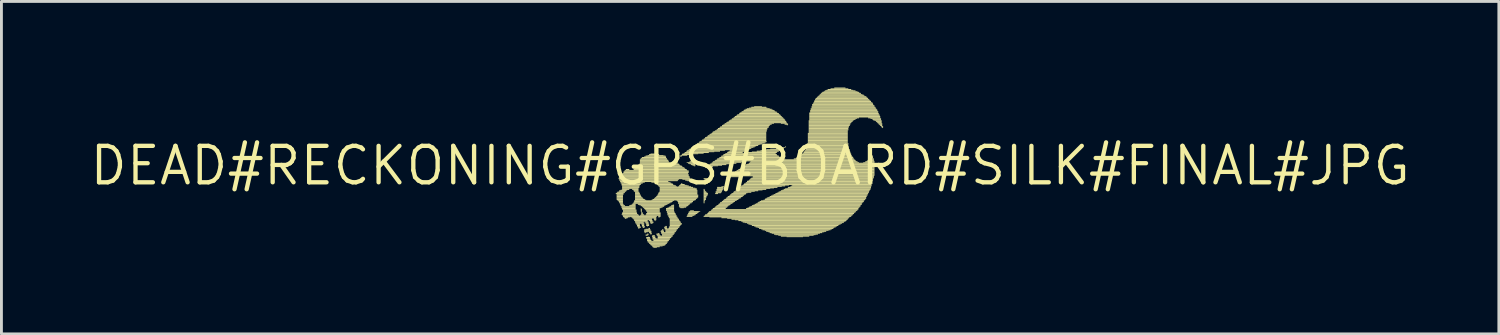
<source format=kicad_pcb>
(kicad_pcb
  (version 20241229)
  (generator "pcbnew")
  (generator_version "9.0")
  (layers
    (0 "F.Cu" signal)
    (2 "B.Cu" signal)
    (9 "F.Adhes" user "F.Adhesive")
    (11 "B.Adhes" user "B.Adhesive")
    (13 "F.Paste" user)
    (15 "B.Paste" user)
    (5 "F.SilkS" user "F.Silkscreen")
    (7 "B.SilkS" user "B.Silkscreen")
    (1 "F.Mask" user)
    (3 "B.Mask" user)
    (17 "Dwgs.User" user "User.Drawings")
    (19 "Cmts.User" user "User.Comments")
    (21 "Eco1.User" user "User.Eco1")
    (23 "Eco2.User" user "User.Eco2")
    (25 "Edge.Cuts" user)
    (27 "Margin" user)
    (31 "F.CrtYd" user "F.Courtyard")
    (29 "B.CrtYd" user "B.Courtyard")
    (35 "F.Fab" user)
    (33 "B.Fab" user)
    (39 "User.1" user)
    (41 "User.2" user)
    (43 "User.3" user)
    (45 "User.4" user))
  (footprint "DEAD#RECKONING#GPS#BOARD#SILK#FINAL#JPG"
    (layer "F.Cu")
    (at 23.079 2.72)
    (property "Reference" "DEAD#RECKONING#GPS#BOARD#SILK#FINAL#JPG" (at 0 0 0) (layer "F.SilkS") (effects (font (size 1.27 1.27) (thickness 0.15))))
    (fp_poly (pts (xy -4.68 0.99) (xy -4.41 0.99) (xy -4.41 0.96) (xy -4.68 0.96)) (stroke (width 0) (type solid)) (fill yes) (layer "F.SilkS"))
    (fp_poly (pts (xy -4.65 0.96) (xy -4.38 0.96) (xy -4.38 0.94) (xy -4.65 0.94)) (stroke (width 0) (type solid)) (fill yes) (layer "F.SilkS"))
    (fp_poly (pts (xy -4.65 1.01) (xy -4.41 1.01) (xy -4.41 0.99) (xy -4.65 0.99)) (stroke (width 0) (type solid)) (fill yes) (layer "F.SilkS"))
    (fp_poly (pts (xy -4.65 1.04) (xy -4.43 1.04) (xy -4.43 1.01) (xy -4.65 1.01)) (stroke (width 0) (type solid)) (fill yes) (layer "F.SilkS"))
    (fp_poly (pts (xy -4.65 1.06) (xy -4.43 1.06) (xy -4.43 1.04) (xy -4.65 1.04)) (stroke (width 0) (type solid)) (fill yes) (layer "F.SilkS"))
    (fp_poly (pts (xy -4.65 1.09) (xy -4.43 1.09) (xy -4.43 1.06) (xy -4.65 1.06)) (stroke (width 0) (type solid)) (fill yes) (layer "F.SilkS"))
    (fp_poly (pts (xy -4.65 1.11) (xy -4.43 1.11) (xy -4.43 1.09) (xy -4.65 1.09)) (stroke (width 0) (type solid)) (fill yes) (layer "F.SilkS"))
    (fp_poly (pts (xy -4.65 1.14) (xy -4.43 1.14) (xy -4.43 1.11) (xy -4.65 1.11)) (stroke (width 0) (type solid)) (fill yes) (layer "F.SilkS"))
    (fp_poly (pts (xy -4.65 1.16) (xy -4.43 1.16) (xy -4.43 1.14) (xy -4.65 1.14)) (stroke (width 0) (type solid)) (fill yes) (layer "F.SilkS"))
    (fp_poly (pts (xy -4.65 1.19) (xy -4.43 1.19) (xy -4.43 1.16) (xy -4.65 1.16)) (stroke (width 0) (type solid)) (fill yes) (layer "F.SilkS"))
    (fp_poly (pts (xy -4.63 0.94) (xy -4.36 0.94) (xy -4.36 0.91) (xy -4.63 0.91)) (stroke (width 0) (type solid)) (fill yes) (layer "F.SilkS"))
    (fp_poly (pts (xy -4.63 1.21) (xy -4.43 1.21) (xy -4.43 1.19) (xy -4.63 1.19)) (stroke (width 0) (type solid)) (fill yes) (layer "F.SilkS"))
    (fp_poly (pts (xy -4.6 1.23) (xy -4.43 1.23) (xy -4.43 1.21) (xy -4.6 1.21)) (stroke (width 0) (type solid)) (fill yes) (layer "F.SilkS"))
    (fp_poly (pts (xy -4.58 0.44) (xy -2.09 0.44) (xy -2.09 0.42) (xy -4.58 0.42)) (stroke (width 0) (type solid)) (fill yes) (layer "F.SilkS"))
    (fp_poly (pts (xy -4.58 0.47) (xy -2.09 0.47) (xy -2.09 0.44) (xy -4.58 0.44)) (stroke (width 0) (type solid)) (fill yes) (layer "F.SilkS"))
    (fp_poly (pts (xy -4.58 0.91) (xy -4.33 0.91) (xy -4.33 0.89) (xy -4.58 0.89)) (stroke (width 0) (type solid)) (fill yes) (layer "F.SilkS"))
    (fp_poly (pts (xy -4.58 1.26) (xy -4.43 1.26) (xy -4.43 1.23) (xy -4.58 1.23)) (stroke (width 0) (type solid)) (fill yes) (layer "F.SilkS"))
    (fp_poly (pts (xy -4.56 0.42) (xy -2.11 0.42) (xy -2.11 0.4) (xy -4.56 0.4)) (stroke (width 0) (type solid)) (fill yes) (layer "F.SilkS"))
    (fp_poly (pts (xy -4.56 0.49) (xy -2.48 0.49) (xy -2.48 0.47) (xy -4.56 0.47)) (stroke (width 0) (type solid)) (fill yes) (layer "F.SilkS"))
    (fp_poly (pts (xy -4.56 0.52) (xy -2.51 0.52) (xy -2.51 0.49) (xy -4.56 0.49)) (stroke (width 0) (type solid)) (fill yes) (layer "F.SilkS"))
    (fp_poly (pts (xy -4.56 0.89) (xy -4.31 0.89) (xy -4.31 0.86) (xy -4.56 0.86)) (stroke (width 0) (type solid)) (fill yes) (layer "F.SilkS"))
    (fp_poly (pts (xy -4.56 1.28) (xy -4.43 1.28) (xy -4.43 1.26) (xy -4.56 1.26)) (stroke (width 0) (type solid)) (fill yes) (layer "F.SilkS"))
    (fp_poly (pts (xy -4.56 1.31) (xy -4.43 1.31) (xy -4.43 1.28) (xy -4.56 1.28)) (stroke (width 0) (type solid)) (fill yes) (layer "F.SilkS"))
    (fp_poly (pts (xy -4.53 0.4) (xy -2.11 0.4) (xy -2.11 0.37) (xy -4.53 0.37)) (stroke (width 0) (type solid)) (fill yes) (layer "F.SilkS"))
    (fp_poly (pts (xy -4.53 0.54) (xy -2.53 0.54) (xy -2.53 0.52) (xy -4.53 0.52)) (stroke (width 0) (type solid)) (fill yes) (layer "F.SilkS"))
    (fp_poly (pts (xy -4.53 0.57) (xy -2.85 0.57) (xy -2.85 0.54) (xy -4.53 0.54)) (stroke (width 0) (type solid)) (fill yes) (layer "F.SilkS"))
    (fp_poly (pts (xy -4.53 1.33) (xy -4.43 1.33) (xy -4.43 1.31) (xy -4.53 1.31)) (stroke (width 0) (type solid)) (fill yes) (layer "F.SilkS"))
    (fp_poly (pts (xy -4.53 1.36) (xy -4.41 1.36) (xy -4.41 1.33) (xy -4.53 1.33)) (stroke (width 0) (type solid)) (fill yes) (layer "F.SilkS"))
    (fp_poly (pts (xy -4.51 0.37) (xy -2.14 0.37) (xy -2.14 0.35) (xy -4.51 0.35)) (stroke (width 0) (type solid)) (fill yes) (layer "F.SilkS"))
    (fp_poly (pts (xy -4.51 0.59) (xy -3.67 0.59) (xy -3.67 0.57) (xy -4.51 0.57)) (stroke (width 0) (type solid)) (fill yes) (layer "F.SilkS"))
    (fp_poly (pts (xy -4.51 0.62) (xy -3.74 0.62) (xy -3.74 0.59) (xy -4.51 0.59)) (stroke (width 0) (type solid)) (fill yes) (layer "F.SilkS"))
    (fp_poly (pts (xy -4.51 0.86) (xy -4.28 0.86) (xy -4.28 0.84) (xy -4.51 0.84)) (stroke (width 0) (type solid)) (fill yes) (layer "F.SilkS"))
    (fp_poly (pts (xy -4.51 1.38) (xy -4.41 1.38) (xy -4.41 1.36) (xy -4.51 1.36)) (stroke (width 0) (type solid)) (fill yes) (layer "F.SilkS"))
    (fp_poly (pts (xy -4.51 1.41) (xy -4.36 1.41) (xy -4.36 1.38) (xy -4.51 1.38)) (stroke (width 0) (type solid)) (fill yes) (layer "F.SilkS"))
    (fp_poly (pts (xy -4.48 0.32) (xy -2.14 0.32) (xy -2.14 0.3) (xy -4.48 0.3)) (stroke (width 0) (type solid)) (fill yes) (layer "F.SilkS"))
    (fp_poly (pts (xy -4.48 0.35) (xy -2.14 0.35) (xy -2.14 0.32) (xy -4.48 0.32)) (stroke (width 0) (type solid)) (fill yes) (layer "F.SilkS"))
    (fp_poly (pts (xy -4.48 0.64) (xy -3.79 0.64) (xy -3.79 0.62) (xy -4.48 0.62)) (stroke (width 0) (type solid)) (fill yes) (layer "F.SilkS"))
    (fp_poly (pts (xy -4.48 0.67) (xy -3.81 0.67) (xy -3.81 0.64) (xy -4.48 0.64)) (stroke (width 0) (type solid)) (fill yes) (layer "F.SilkS"))
    (fp_poly (pts (xy -4.48 0.69) (xy -3.84 0.69) (xy -3.84 0.67) (xy -4.48 0.67)) (stroke (width 0) (type solid)) (fill yes) (layer "F.SilkS"))
    (fp_poly (pts (xy -4.48 1.43) (xy -3.99 1.43) (xy -3.99 1.41) (xy -4.48 1.41)) (stroke (width 0) (type solid)) (fill yes) (layer "F.SilkS"))
    (fp_poly (pts (xy -4.48 1.46) (xy -3.99 1.46) (xy -3.99 1.43) (xy -4.48 1.43)) (stroke (width 0) (type solid)) (fill yes) (layer "F.SilkS"))
    (fp_poly (pts (xy -4.48 1.48) (xy -3.99 1.48) (xy -3.99 1.46) (xy -4.48 1.46)) (stroke (width 0) (type solid)) (fill yes) (layer "F.SilkS"))
    (fp_poly (pts (xy -4.48 1.7) (xy -3.91 1.7) (xy -3.91 1.68) (xy -4.48 1.68)) (stroke (width 0) (type solid)) (fill yes) (layer "F.SilkS"))
    (fp_poly (pts (xy -4.46 0.3) (xy -2.16 0.3) (xy -2.16 0.27) (xy -4.46 0.27)) (stroke (width 0) (type solid)) (fill yes) (layer "F.SilkS"))
    (fp_poly (pts (xy -4.46 0.72) (xy -3.86 0.72) (xy -3.86 0.69) (xy -4.46 0.69)) (stroke (width 0) (type solid)) (fill yes) (layer "F.SilkS"))
    (fp_poly (pts (xy -4.46 0.74) (xy -3.86 0.74) (xy -3.86 0.72) (xy -4.46 0.72)) (stroke (width 0) (type solid)) (fill yes) (layer "F.SilkS"))
    (fp_poly (pts (xy -4.46 0.77) (xy -3.86 0.77) (xy -3.86 0.74) (xy -4.46 0.74)) (stroke (width 0) (type solid)) (fill yes) (layer "F.SilkS"))
    (fp_poly (pts (xy -4.46 0.79) (xy -3.89 0.79) (xy -3.89 0.77) (xy -4.46 0.77)) (stroke (width 0) (type solid)) (fill yes) (layer "F.SilkS"))
    (fp_poly (pts (xy -4.46 0.81) (xy -3.89 0.81) (xy -3.89 0.79) (xy -4.46 0.79)) (stroke (width 0) (type solid)) (fill yes) (layer "F.SilkS"))
    (fp_poly (pts (xy -4.46 0.84) (xy -4.21 0.84) (xy -4.21 0.81) (xy -4.46 0.81)) (stroke (width 0) (type solid)) (fill yes) (layer "F.SilkS"))
    (fp_poly (pts (xy -4.46 1.51) (xy -3.99 1.51) (xy -3.99 1.48) (xy -4.46 1.48)) (stroke (width 0) (type solid)) (fill yes) (layer "F.SilkS"))
    (fp_poly (pts (xy -4.46 1.53) (xy -3.99 1.53) (xy -3.99 1.51) (xy -4.46 1.51)) (stroke (width 0) (type solid)) (fill yes) (layer "F.SilkS"))
    (fp_poly (pts (xy -4.46 1.65) (xy -3.94 1.65) (xy -3.94 1.63) (xy -4.46 1.63)) (stroke (width 0) (type solid)) (fill yes) (layer "F.SilkS"))
    (fp_poly (pts (xy -4.46 1.68) (xy -3.94 1.68) (xy -3.94 1.65) (xy -4.46 1.65)) (stroke (width 0) (type solid)) (fill yes) (layer "F.SilkS"))
    (fp_poly (pts (xy -4.46 1.73) (xy -3.89 1.73) (xy -3.89 1.7) (xy -4.46 1.7)) (stroke (width 0) (type solid)) (fill yes) (layer "F.SilkS"))
    (fp_poly (pts (xy -4.43 0.27) (xy -2.16 0.27) (xy -2.16 0.25) (xy -4.43 0.25)) (stroke (width 0) (type solid)) (fill yes) (layer "F.SilkS"))
    (fp_poly (pts (xy -4.43 1.56) (xy -3.96 1.56) (xy -3.96 1.53) (xy -4.43 1.53)) (stroke (width 0) (type solid)) (fill yes) (layer "F.SilkS"))
    (fp_poly (pts (xy -4.43 1.58) (xy -3.96 1.58) (xy -3.96 1.56) (xy -4.43 1.56)) (stroke (width 0) (type solid)) (fill yes) (layer "F.SilkS"))
    (fp_poly (pts (xy -4.43 1.6) (xy -3.96 1.6) (xy -3.96 1.58) (xy -4.43 1.58)) (stroke (width 0) (type solid)) (fill yes) (layer "F.SilkS"))
    (fp_poly (pts (xy -4.43 1.63) (xy -3.96 1.63) (xy -3.96 1.6) (xy -4.43 1.6)) (stroke (width 0) (type solid)) (fill yes) (layer "F.SilkS"))
    (fp_poly (pts (xy -4.43 1.75) (xy -3.86 1.75) (xy -3.86 1.73) (xy -4.43 1.73)) (stroke (width 0) (type solid)) (fill yes) (layer "F.SilkS"))
    (fp_poly (pts (xy -4.43 1.78) (xy -3.25 1.78) (xy -3.25 1.75) (xy -4.43 1.75)) (stroke (width 0) (type solid)) (fill yes) (layer "F.SilkS"))
    (fp_poly (pts (xy -4.41 0.22) (xy -2.14 0.22) (xy -2.14 0.2) (xy -4.41 0.2)) (stroke (width 0) (type solid)) (fill yes) (layer "F.SilkS"))
    (fp_poly (pts (xy -4.41 0.25) (xy -2.14 0.25) (xy -2.14 0.22) (xy -4.41 0.22)) (stroke (width 0) (type solid)) (fill yes) (layer "F.SilkS"))
    (fp_poly (pts (xy -4.41 1.8) (xy -4.19 1.8) (xy -4.19 1.78) (xy -4.41 1.78)) (stroke (width 0) (type solid)) (fill yes) (layer "F.SilkS"))
    (fp_poly (pts (xy -4.38 0.2) (xy -2.14 0.2) (xy -2.14 0.17) (xy -4.38 0.17)) (stroke (width 0) (type solid)) (fill yes) (layer "F.SilkS"))
    (fp_poly (pts (xy -4.38 1.83) (xy -4.26 1.83) (xy -4.26 1.8) (xy -4.38 1.8)) (stroke (width 0) (type solid)) (fill yes) (layer "F.SilkS"))
    (fp_poly (pts (xy -4.36 0.17) (xy -2.19 0.17) (xy -2.19 0.15) (xy -4.36 0.15)) (stroke (width 0) (type solid)) (fill yes) (layer "F.SilkS"))
    (fp_poly (pts (xy -4.36 1.85) (xy -4.31 1.85) (xy -4.31 1.83) (xy -4.36 1.83)) (stroke (width 0) (type solid)) (fill yes) (layer "F.SilkS"))
    (fp_poly (pts (xy -4.33 0.15) (xy -4.21 0.15) (xy -4.21 0.12) (xy -4.33 0.12)) (stroke (width 0) (type solid)) (fill yes) (layer "F.SilkS"))
    (fp_poly (pts (xy -4.21 1.41) (xy -3.99 1.41) (xy -3.99 1.38) (xy -4.21 1.38)) (stroke (width 0) (type solid)) (fill yes) (layer "F.SilkS"))
    (fp_poly (pts (xy -4.16 1.38) (xy -3.99 1.38) (xy -3.99 1.36) (xy -4.16 1.36)) (stroke (width 0) (type solid)) (fill yes) (layer "F.SilkS"))
    (fp_poly (pts (xy -4.16 1.8) (xy -3.27 1.8) (xy -3.27 1.78) (xy -4.16 1.78)) (stroke (width 0) (type solid)) (fill yes) (layer "F.SilkS"))
    (fp_poly (pts (xy -4.11 0.84) (xy -3.89 0.84) (xy -3.89 0.81) (xy -4.11 0.81)) (stroke (width 0) (type solid)) (fill yes) (layer "F.SilkS"))
    (fp_poly (pts (xy -4.11 1.36) (xy -3.99 1.36) (xy -3.99 1.33) (xy -4.11 1.33)) (stroke (width 0) (type solid)) (fill yes) (layer "F.SilkS"))
    (fp_poly (pts (xy -4.11 1.83) (xy -3.27 1.83) (xy -3.27 1.8) (xy -4.11 1.8)) (stroke (width 0) (type solid)) (fill yes) (layer "F.SilkS"))
    (fp_poly (pts (xy -4.09 1.33) (xy -2.83 1.33) (xy -2.83 1.31) (xy -4.09 1.31)) (stroke (width 0) (type solid)) (fill yes) (layer "F.SilkS"))
    (fp_poly (pts (xy -4.09 1.85) (xy -3.4 1.85) (xy -3.4 1.83) (xy -4.09 1.83)) (stroke (width 0) (type solid)) (fill yes) (layer "F.SilkS"))
    (fp_poly (pts (xy -4.06 0.15) (xy -2.21 0.15) (xy -2.21 0.12) (xy -4.06 0.12)) (stroke (width 0) (type solid)) (fill yes) (layer "F.SilkS"))
    (fp_poly (pts (xy -4.06 0.86) (xy -3.89 0.86) (xy -3.89 0.84) (xy -4.06 0.84)) (stroke (width 0) (type solid)) (fill yes) (layer "F.SilkS"))
    (fp_poly (pts (xy -4.06 0.89) (xy -3.89 0.89) (xy -3.89 0.86) (xy -4.06 0.86)) (stroke (width 0) (type solid)) (fill yes) (layer "F.SilkS"))
    (fp_poly (pts (xy -4.06 1.28) (xy -2.73 1.28) (xy -2.73 1.26) (xy -4.06 1.26)) (stroke (width 0) (type solid)) (fill yes) (layer "F.SilkS"))
    (fp_poly (pts (xy -4.06 1.31) (xy -2.78 1.31) (xy -2.78 1.28) (xy -4.06 1.28)) (stroke (width 0) (type solid)) (fill yes) (layer "F.SilkS"))
    (fp_poly (pts (xy -4.06 1.88) (xy -3.42 1.88) (xy -3.42 1.85) (xy -4.06 1.85)) (stroke (width 0) (type solid)) (fill yes) (layer "F.SilkS"))
    (fp_poly (pts (xy -4.04 0.12) (xy -2.26 0.12) (xy -2.26 0.1) (xy -4.04 0.1)) (stroke (width 0) (type solid)) (fill yes) (layer "F.SilkS"))
    (fp_poly (pts (xy -4.04 0.91) (xy -3.89 0.91) (xy -3.89 0.89) (xy -4.04 0.89)) (stroke (width 0) (type solid)) (fill yes) (layer "F.SilkS"))
    (fp_poly (pts (xy -4.04 1.23) (xy -2.65 1.23) (xy -2.65 1.21) (xy -4.04 1.21)) (stroke (width 0) (type solid)) (fill yes) (layer "F.SilkS"))
    (fp_poly (pts (xy -4.04 1.26) (xy -2.7 1.26) (xy -2.7 1.23) (xy -4.04 1.23)) (stroke (width 0) (type solid)) (fill yes) (layer "F.SilkS"))
    (fp_poly (pts (xy -4.04 1.9) (xy -3.42 1.9) (xy -3.42 1.88) (xy -4.04 1.88)) (stroke (width 0) (type solid)) (fill yes) (layer "F.SilkS"))
    (fp_poly (pts (xy -4.04 1.93) (xy -3.57 1.93) (xy -3.57 1.9) (xy -4.04 1.9)) (stroke (width 0) (type solid)) (fill yes) (layer "F.SilkS"))
    (fp_poly (pts (xy -4.01 0.1) (xy -2.28 0.1) (xy -2.28 0.07) (xy -4.01 0.07)) (stroke (width 0) (type solid)) (fill yes) (layer "F.SilkS"))
    (fp_poly (pts (xy -4.01 0.94) (xy -3.86 0.94) (xy -3.86 0.91) (xy -4.01 0.91)) (stroke (width 0) (type solid)) (fill yes) (layer "F.SilkS"))
    (fp_poly (pts (xy -4.01 0.96) (xy -3.86 0.96) (xy -3.86 0.94) (xy -4.01 0.94)) (stroke (width 0) (type solid)) (fill yes) (layer "F.SilkS"))
    (fp_poly (pts (xy -4.01 0.99) (xy -3.84 0.99) (xy -3.84 0.96) (xy -4.01 0.96)) (stroke (width 0) (type solid)) (fill yes) (layer "F.SilkS"))
    (fp_poly (pts (xy -4.01 1.01) (xy -3.84 1.01) (xy -3.84 0.99) (xy -4.01 0.99)) (stroke (width 0) (type solid)) (fill yes) (layer "F.SilkS"))
    (fp_poly (pts (xy -4.01 1.04) (xy -3.81 1.04) (xy -3.81 1.01) (xy -4.01 1.01)) (stroke (width 0) (type solid)) (fill yes) (layer "F.SilkS"))
    (fp_poly (pts (xy -4.01 1.06) (xy -3.81 1.06) (xy -3.81 1.04) (xy -4.01 1.04)) (stroke (width 0) (type solid)) (fill yes) (layer "F.SilkS"))
    (fp_poly (pts (xy -4.01 1.09) (xy -3.79 1.09) (xy -3.79 1.06) (xy -4.01 1.06)) (stroke (width 0) (type solid)) (fill yes) (layer "F.SilkS"))
    (fp_poly (pts (xy -4.01 1.11) (xy -3.77 1.11) (xy -3.77 1.09) (xy -4.01 1.09)) (stroke (width 0) (type solid)) (fill yes) (layer "F.SilkS"))
    (fp_poly (pts (xy -4.01 1.14) (xy -3.74 1.14) (xy -3.74 1.11) (xy -4.01 1.11)) (stroke (width 0) (type solid)) (fill yes) (layer "F.SilkS"))
    (fp_poly (pts (xy -4.01 1.16) (xy -3.72 1.16) (xy -3.72 1.14) (xy -4.01 1.14)) (stroke (width 0) (type solid)) (fill yes) (layer "F.SilkS"))
    (fp_poly (pts (xy -4.01 1.19) (xy -3.67 1.19) (xy -3.67 1.16) (xy -4.01 1.16)) (stroke (width 0) (type solid)) (fill yes) (layer "F.SilkS"))
    (fp_poly (pts (xy -4.01 1.21) (xy -3.62 1.21) (xy -3.62 1.19) (xy -4.01 1.19)) (stroke (width 0) (type solid)) (fill yes) (layer "F.SilkS"))
    (fp_poly (pts (xy -4.01 1.95) (xy -3.57 1.95) (xy -3.57 1.93) (xy -4.01 1.93)) (stroke (width 0) (type solid)) (fill yes) (layer "F.SilkS"))
    (fp_poly (pts (xy -4.01 1.98) (xy -3.69 1.98) (xy -3.69 1.95) (xy -4.01 1.95)) (stroke (width 0) (type solid)) (fill yes) (layer "F.SilkS"))
    (fp_poly (pts (xy -3.99 0.07) (xy -2.31 0.07) (xy -2.31 0.05) (xy -3.99 0.05)) (stroke (width 0) (type solid)) (fill yes) (layer "F.SilkS"))
    (fp_poly (pts (xy -3.99 2) (xy -3.72 2) (xy -3.72 1.98) (xy -3.99 1.98)) (stroke (width 0) (type solid)) (fill yes) (layer "F.SilkS"))
    (fp_poly (pts (xy -3.99 2.02) (xy -3.69 2.02) (xy -3.69 2) (xy -3.99 2)) (stroke (width 0) (type solid)) (fill yes) (layer "F.SilkS"))
    (fp_poly (pts (xy -3.96 0.05) (xy -2.36 0.05) (xy -2.36 0.02) (xy -3.96 0.02)) (stroke (width 0) (type solid)) (fill yes) (layer "F.SilkS"))
    (fp_poly (pts (xy -3.96 2.05) (xy -3.84 2.05) (xy -3.84 2.02) (xy -3.96 2.02)) (stroke (width 0) (type solid)) (fill yes) (layer "F.SilkS"))
    (fp_poly (pts (xy -3.96 2.07) (xy -3.84 2.07) (xy -3.84 2.05) (xy -3.96 2.05)) (stroke (width 0) (type solid)) (fill yes) (layer "F.SilkS"))
    (fp_poly (pts (xy -3.94 0.02) (xy -2.38 0.02) (xy -2.38 0) (xy -3.94 0)) (stroke (width 0) (type solid)) (fill yes) (layer "F.SilkS"))
    (fp_poly (pts (xy -3.94 2.1) (xy -3.84 2.1) (xy -3.84 2.07) (xy -3.94 2.07)) (stroke (width 0) (type solid)) (fill yes) (layer "F.SilkS"))
    (fp_poly (pts (xy -3.94 2.12) (xy -3.84 2.12) (xy -3.84 2.1) (xy -3.94 2.1)) (stroke (width 0) (type solid)) (fill yes) (layer "F.SilkS"))
    (fp_poly (pts (xy -3.91 0) (xy -2.43 0) (xy -2.43 -0.02) (xy -3.91 -0.02)) (stroke (width 0) (type solid)) (fill yes) (layer "F.SilkS"))
    (fp_poly (pts (xy -3.91 1.36) (xy -2.88 1.36) (xy -2.88 1.33) (xy -3.91 1.33)) (stroke (width 0) (type solid)) (fill yes) (layer "F.SilkS"))
    (fp_poly (pts (xy -3.91 2.15) (xy -3.81 2.15) (xy -3.81 2.12) (xy -3.91 2.12)) (stroke (width 0) (type solid)) (fill yes) (layer "F.SilkS"))
    (fp_poly (pts (xy -3.91 2.17) (xy -3.81 2.17) (xy -3.81 2.15) (xy -3.91 2.15)) (stroke (width 0) (type solid)) (fill yes) (layer "F.SilkS"))
    (fp_poly (pts (xy -3.89 -0.02) (xy -2.46 -0.02) (xy -2.46 -0.05) (xy -3.89 -0.05)) (stroke (width 0) (type solid)) (fill yes) (layer "F.SilkS"))
    (fp_poly (pts (xy -3.89 2.2) (xy -3.86 2.2) (xy -3.86 2.17) (xy -3.89 2.17)) (stroke (width 0) (type solid)) (fill yes) (layer "F.SilkS"))
    (fp_poly (pts (xy -3.86 -0.05) (xy -2.68 -0.05) (xy -2.68 -0.07) (xy -3.86 -0.07)) (stroke (width 0) (type solid)) (fill yes) (layer "F.SilkS"))
    (fp_poly (pts (xy -3.86 1.38) (xy -2.93 1.38) (xy -2.93 1.36) (xy -3.86 1.36)) (stroke (width 0) (type solid)) (fill yes) (layer "F.SilkS"))
    (fp_poly (pts (xy -3.84 -0.2) (xy -2.88 -0.2) (xy -2.88 -0.22) (xy -3.84 -0.22)) (stroke (width 0) (type solid)) (fill yes) (layer "F.SilkS"))
    (fp_poly (pts (xy -3.84 -0.17) (xy -2.85 -0.17) (xy -2.85 -0.2) (xy -3.84 -0.2)) (stroke (width 0) (type solid)) (fill yes) (layer "F.SilkS"))
    (fp_poly (pts (xy -3.84 -0.15) (xy -2.85 -0.15) (xy -2.85 -0.17) (xy -3.84 -0.17)) (stroke (width 0) (type solid)) (fill yes) (layer "F.SilkS"))
    (fp_poly (pts (xy -3.84 -0.12) (xy -2.83 -0.12) (xy -2.83 -0.15) (xy -3.84 -0.15)) (stroke (width 0) (type solid)) (fill yes) (layer "F.SilkS"))
    (fp_poly (pts (xy -3.84 -0.1) (xy -2.8 -0.1) (xy -2.8 -0.12) (xy -3.84 -0.12)) (stroke (width 0) (type solid)) (fill yes) (layer "F.SilkS"))
    (fp_poly (pts (xy -3.84 -0.07) (xy -2.75 -0.07) (xy -2.75 -0.1) (xy -3.84 -0.1)) (stroke (width 0) (type solid)) (fill yes) (layer "F.SilkS"))
    (fp_poly (pts (xy -3.84 1.75) (xy -3.12 1.75) (xy -3.12 1.73) (xy -3.84 1.73)) (stroke (width 0) (type solid)) (fill yes) (layer "F.SilkS"))
    (fp_poly (pts (xy -3.81 -0.25) (xy -2.9 -0.25) (xy -2.9 -0.27) (xy -3.81 -0.27)) (stroke (width 0) (type solid)) (fill yes) (layer "F.SilkS"))
    (fp_poly (pts (xy -3.81 -0.22) (xy -2.9 -0.22) (xy -2.9 -0.25) (xy -3.81 -0.25)) (stroke (width 0) (type solid)) (fill yes) (layer "F.SilkS"))
    (fp_poly (pts (xy -3.81 1.41) (xy -2.98 1.41) (xy -2.98 1.38) (xy -3.81 1.38)) (stroke (width 0) (type solid)) (fill yes) (layer "F.SilkS"))
    (fp_poly (pts (xy -3.81 1.51) (xy -3.79 1.51) (xy -3.79 1.48) (xy -3.81 1.48)) (stroke (width 0) (type solid)) (fill yes) (layer "F.SilkS"))
    (fp_poly (pts (xy -3.81 1.53) (xy -3.77 1.53) (xy -3.77 1.51) (xy -3.81 1.51)) (stroke (width 0) (type solid)) (fill yes) (layer "F.SilkS"))
    (fp_poly (pts (xy -3.81 1.56) (xy -3.77 1.56) (xy -3.77 1.53) (xy -3.81 1.53)) (stroke (width 0) (type solid)) (fill yes) (layer "F.SilkS"))
    (fp_poly (pts (xy -3.81 1.58) (xy -3.77 1.58) (xy -3.77 1.56) (xy -3.81 1.56)) (stroke (width 0) (type solid)) (fill yes) (layer "F.SilkS"))
    (fp_poly (pts (xy -3.81 1.6) (xy -3.77 1.6) (xy -3.77 1.58) (xy -3.81 1.58)) (stroke (width 0) (type solid)) (fill yes) (layer "F.SilkS"))
    (fp_poly (pts (xy -3.81 1.73) (xy -3.69 1.73) (xy -3.69 1.7) (xy -3.81 1.7)) (stroke (width 0) (type solid)) (fill yes) (layer "F.SilkS"))
    (fp_poly (pts (xy -3.79 1.63) (xy -3.77 1.63) (xy -3.77 1.6) (xy -3.79 1.6)) (stroke (width 0) (type solid)) (fill yes) (layer "F.SilkS"))
    (fp_poly (pts (xy -3.79 1.65) (xy -3.74 1.65) (xy -3.74 1.63) (xy -3.79 1.63)) (stroke (width 0) (type solid)) (fill yes) (layer "F.SilkS"))
    (fp_poly (pts (xy -3.79 1.68) (xy -3.74 1.68) (xy -3.74 1.65) (xy -3.79 1.65)) (stroke (width 0) (type solid)) (fill yes) (layer "F.SilkS"))
    (fp_poly (pts (xy -3.79 1.7) (xy -3.72 1.7) (xy -3.72 1.68) (xy -3.79 1.68)) (stroke (width 0) (type solid)) (fill yes) (layer "F.SilkS"))
    (fp_poly (pts (xy -3.79 2.05) (xy -3.69 2.05) (xy -3.69 2.02) (xy -3.79 2.02)) (stroke (width 0) (type solid)) (fill yes) (layer "F.SilkS"))
    (fp_poly (pts (xy -3.77 -0.27) (xy -2.93 -0.27) (xy -2.93 -0.3) (xy -3.77 -0.3)) (stroke (width 0) (type solid)) (fill yes) (layer "F.SilkS"))
    (fp_poly (pts (xy -3.77 1.43) (xy -3 1.43) (xy -3 1.41) (xy -3.77 1.41)) (stroke (width 0) (type solid)) (fill yes) (layer "F.SilkS"))
    (fp_poly (pts (xy -3.77 2.07) (xy -3.69 2.07) (xy -3.69 2.05) (xy -3.77 2.05)) (stroke (width 0) (type solid)) (fill yes) (layer "F.SilkS"))
    (fp_poly (pts (xy -3.77 2.1) (xy -3.69 2.1) (xy -3.69 2.07) (xy -3.77 2.07)) (stroke (width 0) (type solid)) (fill yes) (layer "F.SilkS"))
    (fp_poly (pts (xy -3.77 2.12) (xy -3.67 2.12) (xy -3.67 2.1) (xy -3.77 2.1)) (stroke (width 0) (type solid)) (fill yes) (layer "F.SilkS"))
    (fp_poly (pts (xy -3.74 1.46) (xy -3.05 1.46) (xy -3.05 1.43) (xy -3.74 1.43)) (stroke (width 0) (type solid)) (fill yes) (layer "F.SilkS"))
    (fp_poly (pts (xy -3.74 2.15) (xy -3.67 2.15) (xy -3.67 2.12) (xy -3.74 2.12)) (stroke (width 0) (type solid)) (fill yes) (layer "F.SilkS"))
    (fp_poly (pts (xy -3.74 2.17) (xy -3.69 2.17) (xy -3.69 2.15) (xy -3.74 2.15)) (stroke (width 0) (type solid)) (fill yes) (layer "F.SilkS"))
    (fp_poly (pts (xy -3.72 1.48) (xy -3.1 1.48) (xy -3.1 1.46) (xy -3.72 1.46)) (stroke (width 0) (type solid)) (fill yes) (layer "F.SilkS"))
    (fp_poly (pts (xy -3.69 -0.3) (xy -2.93 -0.3) (xy -2.93 -0.32) (xy -3.69 -0.32)) (stroke (width 0) (type solid)) (fill yes) (layer "F.SilkS"))
    (fp_poly (pts (xy -3.69 1.51) (xy -3.15 1.51) (xy -3.15 1.48) (xy -3.69 1.48)) (stroke (width 0) (type solid)) (fill yes) (layer "F.SilkS"))
    (fp_poly (pts (xy -3.69 2.25) (xy -3.47 2.25) (xy -3.47 2.22) (xy -3.69 2.22)) (stroke (width 0) (type solid)) (fill yes) (layer "F.SilkS"))
    (fp_poly (pts (xy -3.69 2.27) (xy -3.47 2.27) (xy -3.47 2.25) (xy -3.69 2.25)) (stroke (width 0) (type solid)) (fill yes) (layer "F.SilkS"))
    (fp_poly (pts (xy -3.69 2.3) (xy -3.44 2.3) (xy -3.44 2.27) (xy -3.69 2.27)) (stroke (width 0) (type solid)) (fill yes) (layer "F.SilkS"))
    (fp_poly (pts (xy -3.69 2.32) (xy -3.57 2.32) (xy -3.57 2.3) (xy -3.69 2.3)) (stroke (width 0) (type solid)) (fill yes) (layer "F.SilkS"))
    (fp_poly (pts (xy -3.67 1.53) (xy -3.15 1.53) (xy -3.15 1.51) (xy -3.67 1.51)) (stroke (width 0) (type solid)) (fill yes) (layer "F.SilkS"))
    (fp_poly (pts (xy -3.67 1.98) (xy -3.54 1.98) (xy -3.54 1.95) (xy -3.67 1.95)) (stroke (width 0) (type solid)) (fill yes) (layer "F.SilkS"))
    (fp_poly (pts (xy -3.67 2.35) (xy -3.64 2.35) (xy -3.64 2.32) (xy -3.67 2.32)) (stroke (width 0) (type solid)) (fill yes) (layer "F.SilkS"))
    (fp_poly (pts (xy -3.64 -0.32) (xy -2.95 -0.32) (xy -2.95 -0.35) (xy -3.64 -0.35)) (stroke (width 0) (type solid)) (fill yes) (layer "F.SilkS"))
    (fp_poly (pts (xy -3.64 1.56) (xy -3.15 1.56) (xy -3.15 1.53) (xy -3.64 1.53)) (stroke (width 0) (type solid)) (fill yes) (layer "F.SilkS"))
    (fp_poly (pts (xy -3.64 1.73) (xy -3.12 1.73) (xy -3.12 1.7) (xy -3.64 1.7)) (stroke (width 0) (type solid)) (fill yes) (layer "F.SilkS"))
    (fp_poly (pts (xy -3.64 2) (xy -3.54 2) (xy -3.54 1.98) (xy -3.64 1.98)) (stroke (width 0) (type solid)) (fill yes) (layer "F.SilkS"))
    (fp_poly (pts (xy -3.64 2.02) (xy -3.54 2.02) (xy -3.54 2) (xy -3.64 2)) (stroke (width 0) (type solid)) (fill yes) (layer "F.SilkS"))
    (fp_poly (pts (xy -3.64 2.22) (xy -3.49 2.22) (xy -3.49 2.2) (xy -3.64 2.2)) (stroke (width 0) (type solid)) (fill yes) (layer "F.SilkS"))
    (fp_poly (pts (xy -3.64 2.42) (xy -3.54 2.42) (xy -3.54 2.4) (xy -3.64 2.4)) (stroke (width 0) (type solid)) (fill yes) (layer "F.SilkS"))
    (fp_poly (pts (xy -3.64 2.44) (xy -3.57 2.44) (xy -3.57 2.42) (xy -3.64 2.42)) (stroke (width 0) (type solid)) (fill yes) (layer "F.SilkS"))
    (fp_poly (pts (xy -3.62 1.58) (xy -3.15 1.58) (xy -3.15 1.56) (xy -3.62 1.56)) (stroke (width 0) (type solid)) (fill yes) (layer "F.SilkS"))
    (fp_poly (pts (xy -3.62 1.6) (xy -3.15 1.6) (xy -3.15 1.58) (xy -3.62 1.58)) (stroke (width 0) (type solid)) (fill yes) (layer "F.SilkS"))
    (fp_poly (pts (xy -3.62 1.68) (xy -3.12 1.68) (xy -3.12 1.65) (xy -3.62 1.65)) (stroke (width 0) (type solid)) (fill yes) (layer "F.SilkS"))
    (fp_poly (pts (xy -3.62 1.7) (xy -3.12 1.7) (xy -3.12 1.68) (xy -3.62 1.68)) (stroke (width 0) (type solid)) (fill yes) (layer "F.SilkS"))
    (fp_poly (pts (xy -3.62 2.05) (xy -3.52 2.05) (xy -3.52 2.02) (xy -3.62 2.02)) (stroke (width 0) (type solid)) (fill yes) (layer "F.SilkS"))
    (fp_poly (pts (xy -3.62 2.07) (xy -3.52 2.07) (xy -3.52 2.05) (xy -3.62 2.05)) (stroke (width 0) (type solid)) (fill yes) (layer "F.SilkS"))
    (fp_poly (pts (xy -3.62 2.1) (xy -3.52 2.1) (xy -3.52 2.07) (xy -3.62 2.07)) (stroke (width 0) (type solid)) (fill yes) (layer "F.SilkS"))
    (fp_poly (pts (xy -3.62 2.52) (xy -3.49 2.52) (xy -3.49 2.49) (xy -3.62 2.49)) (stroke (width 0) (type solid)) (fill yes) (layer "F.SilkS"))
    (fp_poly (pts (xy -3.62 2.54) (xy -3.49 2.54) (xy -3.49 2.52) (xy -3.62 2.52)) (stroke (width 0) (type solid)) (fill yes) (layer "F.SilkS"))
    (fp_poly (pts (xy -3.59 1.63) (xy -3.15 1.63) (xy -3.15 1.6) (xy -3.59 1.6)) (stroke (width 0) (type solid)) (fill yes) (layer "F.SilkS"))
    (fp_poly (pts (xy -3.59 1.65) (xy -3.12 1.65) (xy -3.12 1.63) (xy -3.59 1.63)) (stroke (width 0) (type solid)) (fill yes) (layer "F.SilkS"))
    (fp_poly (pts (xy -3.59 2.12) (xy -3.57 2.12) (xy -3.57 2.1) (xy -3.59 2.1)) (stroke (width 0) (type solid)) (fill yes) (layer "F.SilkS"))
    (fp_poly (pts (xy -3.59 2.4) (xy -3.54 2.4) (xy -3.54 2.37) (xy -3.59 2.37)) (stroke (width 0) (type solid)) (fill yes) (layer "F.SilkS"))
    (fp_poly (pts (xy -3.59 2.57) (xy -3.47 2.57) (xy -3.47 2.54) (xy -3.59 2.54)) (stroke (width 0) (type solid)) (fill yes) (layer "F.SilkS"))
    (fp_poly (pts (xy -3.59 2.59) (xy -3.47 2.59) (xy -3.47 2.57) (xy -3.59 2.57)) (stroke (width 0) (type solid)) (fill yes) (layer "F.SilkS"))
    (fp_poly (pts (xy -3.59 2.62) (xy -3.44 2.62) (xy -3.44 2.59) (xy -3.59 2.59)) (stroke (width 0) (type solid)) (fill yes) (layer "F.SilkS"))
    (fp_poly (pts (xy -3.57 -0.35) (xy -3.02 -0.35) (xy -3.02 -0.37) (xy -3.57 -0.37)) (stroke (width 0) (type solid)) (fill yes) (layer "F.SilkS"))
    (fp_poly (pts (xy -3.57 2.64) (xy -2.85 2.64) (xy -2.85 2.62) (xy -3.57 2.62)) (stroke (width 0) (type solid)) (fill yes) (layer "F.SilkS"))
    (fp_poly (pts (xy -3.57 2.67) (xy -2.88 2.67) (xy -2.88 2.64) (xy -3.57 2.64)) (stroke (width 0) (type solid)) (fill yes) (layer "F.SilkS"))
    (fp_poly (pts (xy -3.54 2.2) (xy -3.49 2.2) (xy -3.49 2.17) (xy -3.54 2.17)) (stroke (width 0) (type solid)) (fill yes) (layer "F.SilkS"))
    (fp_poly (pts (xy -3.54 2.49) (xy -3.52 2.49) (xy -3.52 2.47) (xy -3.54 2.47)) (stroke (width 0) (type solid)) (fill yes) (layer "F.SilkS"))
    (fp_poly (pts (xy -3.54 2.69) (xy -2.88 2.69) (xy -2.88 2.67) (xy -3.54 2.67)) (stroke (width 0) (type solid)) (fill yes) (layer "F.SilkS"))
    (fp_poly (pts (xy -3.52 -0.37) (xy -3.17 -0.37) (xy -3.17 -0.4) (xy -3.52 -0.4)) (stroke (width 0) (type solid)) (fill yes) (layer "F.SilkS"))
    (fp_poly (pts (xy -3.52 1.93) (xy -3.4 1.93) (xy -3.4 1.9) (xy -3.52 1.9)) (stroke (width 0) (type solid)) (fill yes) (layer "F.SilkS"))
    (fp_poly (pts (xy -3.52 2.32) (xy -3.44 2.32) (xy -3.44 2.3) (xy -3.52 2.3)) (stroke (width 0) (type solid)) (fill yes) (layer "F.SilkS"))
    (fp_poly (pts (xy -3.52 2.35) (xy -3.44 2.35) (xy -3.44 2.32) (xy -3.52 2.32)) (stroke (width 0) (type solid)) (fill yes) (layer "F.SilkS"))
    (fp_poly (pts (xy -3.52 2.72) (xy -2.9 2.72) (xy -2.9 2.69) (xy -3.52 2.69)) (stroke (width 0) (type solid)) (fill yes) (layer "F.SilkS"))
    (fp_poly (pts (xy -3.49 1.95) (xy -3.4 1.95) (xy -3.4 1.93) (xy -3.49 1.93)) (stroke (width 0) (type solid)) (fill yes) (layer "F.SilkS"))
    (fp_poly (pts (xy -3.49 1.98) (xy -3.37 1.98) (xy -3.37 1.95) (xy -3.49 1.95)) (stroke (width 0) (type solid)) (fill yes) (layer "F.SilkS"))
    (fp_poly (pts (xy -3.49 2.37) (xy -3.42 2.37) (xy -3.42 2.35) (xy -3.49 2.35)) (stroke (width 0) (type solid)) (fill yes) (layer "F.SilkS"))
    (fp_poly (pts (xy -3.49 2.74) (xy -2.93 2.74) (xy -2.93 2.72) (xy -3.49 2.72)) (stroke (width 0) (type solid)) (fill yes) (layer "F.SilkS"))
    (fp_poly (pts (xy -3.47 -0.4) (xy -3.3 -0.4) (xy -3.3 -0.42) (xy -3.47 -0.42)) (stroke (width 0) (type solid)) (fill yes) (layer "F.SilkS"))
    (fp_poly (pts (xy -3.47 2) (xy -3.37 2) (xy -3.37 1.98) (xy -3.47 1.98)) (stroke (width 0) (type solid)) (fill yes) (layer "F.SilkS"))
    (fp_poly (pts (xy -3.47 2.02) (xy -3.4 2.02) (xy -3.4 2) (xy -3.47 2)) (stroke (width 0) (type solid)) (fill yes) (layer "F.SilkS"))
    (fp_poly (pts (xy -3.47 2.4) (xy -3.44 2.4) (xy -3.44 2.37) (xy -3.47 2.37)) (stroke (width 0) (type solid)) (fill yes) (layer "F.SilkS"))
    (fp_poly (pts (xy -3.47 2.77) (xy -2.95 2.77) (xy -2.95 2.74) (xy -3.47 2.74)) (stroke (width 0) (type solid)) (fill yes) (layer "F.SilkS"))
    (fp_poly (pts (xy -3.44 0.59) (xy -2.8 0.59) (xy -2.8 0.57) (xy -3.44 0.57)) (stroke (width 0) (type solid)) (fill yes) (layer "F.SilkS"))
    (fp_poly (pts (xy -3.44 1.21) (xy -1.91 1.21) (xy -1.91 1.19) (xy -3.44 1.19)) (stroke (width 0) (type solid)) (fill yes) (layer "F.SilkS"))
    (fp_poly (pts (xy -3.44 2.79) (xy -2.98 2.79) (xy -2.98 2.77) (xy -3.44 2.77)) (stroke (width 0) (type solid)) (fill yes) (layer "F.SilkS"))
    (fp_poly (pts (xy -3.42 2.47) (xy -3.32 2.47) (xy -3.32 2.44) (xy -3.42 2.44)) (stroke (width 0) (type solid)) (fill yes) (layer "F.SilkS"))
    (fp_poly (pts (xy -3.42 2.49) (xy -3.3 2.49) (xy -3.3 2.47) (xy -3.42 2.47)) (stroke (width 0) (type solid)) (fill yes) (layer "F.SilkS"))
    (fp_poly (pts (xy -3.42 2.81) (xy -3.05 2.81) (xy -3.05 2.79) (xy -3.42 2.79)) (stroke (width 0) (type solid)) (fill yes) (layer "F.SilkS"))
    (fp_poly (pts (xy -3.4 1.19) (xy -1.89 1.19) (xy -1.89 1.16) (xy -3.4 1.16)) (stroke (width 0) (type solid)) (fill yes) (layer "F.SilkS"))
    (fp_poly (pts (xy -3.4 2.44) (xy -3.32 2.44) (xy -3.32 2.42) (xy -3.4 2.42)) (stroke (width 0) (type solid)) (fill yes) (layer "F.SilkS"))
    (fp_poly (pts (xy -3.4 2.52) (xy -3.3 2.52) (xy -3.3 2.49) (xy -3.4 2.49)) (stroke (width 0) (type solid)) (fill yes) (layer "F.SilkS"))
    (fp_poly (pts (xy -3.4 2.54) (xy -3.27 2.54) (xy -3.27 2.52) (xy -3.4 2.52)) (stroke (width 0) (type solid)) (fill yes) (layer "F.SilkS"))
    (fp_poly (pts (xy -3.4 2.57) (xy -2.8 2.57) (xy -2.8 2.54) (xy -3.4 2.54)) (stroke (width 0) (type solid)) (fill yes) (layer "F.SilkS"))
    (fp_poly (pts (xy -3.4 2.84) (xy -3.15 2.84) (xy -3.15 2.81) (xy -3.4 2.81)) (stroke (width 0) (type solid)) (fill yes) (layer "F.SilkS"))
    (fp_poly (pts (xy -3.37 1.85) (xy -3.27 1.85) (xy -3.27 1.83) (xy -3.37 1.83)) (stroke (width 0) (type solid)) (fill yes) (layer "F.SilkS"))
    (fp_poly (pts (xy -3.37 2.59) (xy -2.8 2.59) (xy -2.8 2.57) (xy -3.37 2.57)) (stroke (width 0) (type solid)) (fill yes) (layer "F.SilkS"))
    (fp_poly (pts (xy -3.37 2.62) (xy -2.83 2.62) (xy -2.83 2.59) (xy -3.37 2.59)) (stroke (width 0) (type solid)) (fill yes) (layer "F.SilkS"))
    (fp_poly (pts (xy -3.37 2.86) (xy -3.25 2.86) (xy -3.25 2.84) (xy -3.37 2.84)) (stroke (width 0) (type solid)) (fill yes) (layer "F.SilkS"))
    (fp_poly (pts (xy -3.35 1.16) (xy -1.86 1.16) (xy -1.86 1.14) (xy -3.35 1.14)) (stroke (width 0) (type solid)) (fill yes) (layer "F.SilkS"))
    (fp_poly (pts (xy -3.35 1.88) (xy -3.27 1.88) (xy -3.27 1.85) (xy -3.35 1.85)) (stroke (width 0) (type solid)) (fill yes) (layer "F.SilkS"))
    (fp_poly (pts (xy -3.35 1.9) (xy -3.27 1.9) (xy -3.27 1.88) (xy -3.35 1.88)) (stroke (width 0) (type solid)) (fill yes) (layer "F.SilkS"))
    (fp_poly (pts (xy -3.32 0.62) (xy -2.75 0.62) (xy -2.75 0.59) (xy -3.32 0.59)) (stroke (width 0) (type solid)) (fill yes) (layer "F.SilkS"))
    (fp_poly (pts (xy -3.32 1.14) (xy -1.84 1.14) (xy -1.84 1.11) (xy -3.32 1.11)) (stroke (width 0) (type solid)) (fill yes) (layer "F.SilkS"))
    (fp_poly (pts (xy -3.32 1.93) (xy -3.3 1.93) (xy -3.3 1.9) (xy -3.32 1.9)) (stroke (width 0) (type solid)) (fill yes) (layer "F.SilkS"))
    (fp_poly (pts (xy -3.3 1.11) (xy -1.81 1.11) (xy -1.81 1.09) (xy -3.3 1.09)) (stroke (width 0) (type solid)) (fill yes) (layer "F.SilkS"))
    (fp_poly (pts (xy -3.27 0.64) (xy -2.7 0.64) (xy -2.7 0.62) (xy -3.27 0.62)) (stroke (width 0) (type solid)) (fill yes) (layer "F.SilkS"))
    (fp_poly (pts (xy -3.27 1.09) (xy -1.81 1.09) (xy -1.81 1.06) (xy -3.27 1.06)) (stroke (width 0) (type solid)) (fill yes) (layer "F.SilkS"))
    (fp_poly (pts (xy -3.27 2.4) (xy -3.15 2.4) (xy -3.15 2.37) (xy -3.27 2.37)) (stroke (width 0) (type solid)) (fill yes) (layer "F.SilkS"))
    (fp_poly (pts (xy -3.25 0.67) (xy -2.68 0.67) (xy -2.68 0.64) (xy -3.25 0.64)) (stroke (width 0) (type solid)) (fill yes) (layer "F.SilkS"))
    (fp_poly (pts (xy -3.25 1.06) (xy -1.81 1.06) (xy -1.81 1.04) (xy -3.25 1.04)) (stroke (width 0) (type solid)) (fill yes) (layer "F.SilkS"))
    (fp_poly (pts (xy -3.25 2.42) (xy -3.15 2.42) (xy -3.15 2.4) (xy -3.25 2.4)) (stroke (width 0) (type solid)) (fill yes) (layer "F.SilkS"))
    (fp_poly (pts (xy -3.25 2.44) (xy -3.12 2.44) (xy -3.12 2.42) (xy -3.25 2.42)) (stroke (width 0) (type solid)) (fill yes) (layer "F.SilkS"))
    (fp_poly (pts (xy -3.22 0.69) (xy -2.63 0.69) (xy -2.63 0.67) (xy -3.22 0.67)) (stroke (width 0) (type solid)) (fill yes) (layer "F.SilkS"))
    (fp_poly (pts (xy -3.22 1.01) (xy -1.84 1.01) (xy -1.84 0.99) (xy -3.22 0.99)) (stroke (width 0) (type solid)) (fill yes) (layer "F.SilkS"))
    (fp_poly (pts (xy -3.22 1.04) (xy -1.81 1.04) (xy -1.81 1.01) (xy -3.22 1.01)) (stroke (width 0) (type solid)) (fill yes) (layer "F.SilkS"))
    (fp_poly (pts (xy -3.22 2.37) (xy -3.17 2.37) (xy -3.17 2.35) (xy -3.22 2.35)) (stroke (width 0) (type solid)) (fill yes) (layer "F.SilkS"))
    (fp_poly (pts (xy -3.22 2.47) (xy -2.7 2.47) (xy -2.7 2.44) (xy -3.22 2.44)) (stroke (width 0) (type solid)) (fill yes) (layer "F.SilkS"))
    (fp_poly (pts (xy -3.22 2.49) (xy -2.73 2.49) (xy -2.73 2.47) (xy -3.22 2.47)) (stroke (width 0) (type solid)) (fill yes) (layer "F.SilkS"))
    (fp_poly (pts (xy -3.22 2.52) (xy -2.75 2.52) (xy -2.75 2.49) (xy -3.22 2.49)) (stroke (width 0) (type solid)) (fill yes) (layer "F.SilkS"))
    (fp_poly (pts (xy -3.22 2.54) (xy -2.78 2.54) (xy -2.78 2.52) (xy -3.22 2.52)) (stroke (width 0) (type solid)) (fill yes) (layer "F.SilkS"))
    (fp_poly (pts (xy -3.2 0.72) (xy -2.58 0.72) (xy -2.58 0.69) (xy -3.2 0.69)) (stroke (width 0) (type solid)) (fill yes) (layer "F.SilkS"))
    (fp_poly (pts (xy -3.2 0.96) (xy -1.84 0.96) (xy -1.84 0.94) (xy -3.2 0.94)) (stroke (width 0) (type solid)) (fill yes) (layer "F.SilkS"))
    (fp_poly (pts (xy -3.2 0.99) (xy -1.84 0.99) (xy -1.84 0.96) (xy -3.2 0.96)) (stroke (width 0) (type solid)) (fill yes) (layer "F.SilkS"))
    (fp_poly (pts (xy -3.2 1.78) (xy -3.12 1.78) (xy -3.12 1.75) (xy -3.2 1.75)) (stroke (width 0) (type solid)) (fill yes) (layer "F.SilkS"))
    (fp_poly (pts (xy -3.2 1.8) (xy -3.15 1.8) (xy -3.15 1.78) (xy -3.2 1.78)) (stroke (width 0) (type solid)) (fill yes) (layer "F.SilkS"))
    (fp_poly (pts (xy -3.17 0.74) (xy -2.53 0.74) (xy -2.53 0.72) (xy -3.17 0.72)) (stroke (width 0) (type solid)) (fill yes) (layer "F.SilkS"))
    (fp_poly (pts (xy -3.17 0.94) (xy -1.84 0.94) (xy -1.84 0.91) (xy -3.17 0.91)) (stroke (width 0) (type solid)) (fill yes) (layer "F.SilkS"))
    (fp_poly (pts (xy -3.15 0.77) (xy -1.99 0.77) (xy -1.99 0.74) (xy -3.15 0.74)) (stroke (width 0) (type solid)) (fill yes) (layer "F.SilkS"))
    (fp_poly (pts (xy -3.15 0.79) (xy -1.91 0.79) (xy -1.91 0.77) (xy -3.15 0.77)) (stroke (width 0) (type solid)) (fill yes) (layer "F.SilkS"))
    (fp_poly (pts (xy -3.15 0.81) (xy -1.86 0.81) (xy -1.86 0.79) (xy -3.15 0.79)) (stroke (width 0) (type solid)) (fill yes) (layer "F.SilkS"))
    (fp_poly (pts (xy -3.15 0.84) (xy -1.86 0.84) (xy -1.86 0.81) (xy -3.15 0.81)) (stroke (width 0) (type solid)) (fill yes) (layer "F.SilkS"))
    (fp_poly (pts (xy -3.15 0.86) (xy -1.84 0.86) (xy -1.84 0.84) (xy -3.15 0.84)) (stroke (width 0) (type solid)) (fill yes) (layer "F.SilkS"))
    (fp_poly (pts (xy -3.15 0.89) (xy -1.84 0.89) (xy -1.84 0.86) (xy -3.15 0.86)) (stroke (width 0) (type solid)) (fill yes) (layer "F.SilkS"))
    (fp_poly (pts (xy -3.15 0.91) (xy -1.84 0.91) (xy -1.84 0.89) (xy -3.15 0.89)) (stroke (width 0) (type solid)) (fill yes) (layer "F.SilkS"))
    (fp_poly (pts (xy -3.12 2.3) (xy -3 2.3) (xy -3 2.27) (xy -3.12 2.27)) (stroke (width 0) (type solid)) (fill yes) (layer "F.SilkS"))
    (fp_poly (pts (xy -3.1 2.27) (xy -3.02 2.27) (xy -3.02 2.25) (xy -3.1 2.25)) (stroke (width 0) (type solid)) (fill yes) (layer "F.SilkS"))
    (fp_poly (pts (xy -3.1 2.32) (xy -3 2.32) (xy -3 2.3) (xy -3.1 2.3)) (stroke (width 0) (type solid)) (fill yes) (layer "F.SilkS"))
    (fp_poly (pts (xy -3.1 2.35) (xy -2.63 2.35) (xy -2.63 2.32) (xy -3.1 2.32)) (stroke (width 0) (type solid)) (fill yes) (layer "F.SilkS"))
    (fp_poly (pts (xy -3.1 2.37) (xy -2.63 2.37) (xy -2.63 2.35) (xy -3.1 2.35)) (stroke (width 0) (type solid)) (fill yes) (layer "F.SilkS"))
    (fp_poly (pts (xy -3.07 2.25) (xy -3.02 2.25) (xy -3.02 2.22) (xy -3.07 2.22)) (stroke (width 0) (type solid)) (fill yes) (layer "F.SilkS"))
    (fp_poly (pts (xy -3.07 2.4) (xy -2.65 2.4) (xy -2.65 2.37) (xy -3.07 2.37)) (stroke (width 0) (type solid)) (fill yes) (layer "F.SilkS"))
    (fp_poly (pts (xy -3.07 2.42) (xy -2.68 2.42) (xy -2.68 2.4) (xy -3.07 2.4)) (stroke (width 0) (type solid)) (fill yes) (layer "F.SilkS"))
    (fp_poly (pts (xy -3.07 2.44) (xy -2.7 2.44) (xy -2.7 2.42) (xy -3.07 2.42)) (stroke (width 0) (type solid)) (fill yes) (layer "F.SilkS"))
    (fp_poly (pts (xy -3 2.17) (xy -2.9 2.17) (xy -2.9 2.15) (xy -3 2.15)) (stroke (width 0) (type solid)) (fill yes) (layer "F.SilkS"))
    (fp_poly (pts (xy -2.98 2.15) (xy -2.9 2.15) (xy -2.9 2.12) (xy -2.98 2.12)) (stroke (width 0) (type solid)) (fill yes) (layer "F.SilkS"))
    (fp_poly (pts (xy -2.98 2.2) (xy -2.88 2.2) (xy -2.88 2.17) (xy -2.98 2.17)) (stroke (width 0) (type solid)) (fill yes) (layer "F.SilkS"))
    (fp_poly (pts (xy -2.98 2.22) (xy -2.53 2.22) (xy -2.53 2.2) (xy -2.98 2.2)) (stroke (width 0) (type solid)) (fill yes) (layer "F.SilkS"))
    (fp_poly (pts (xy -2.95 2.12) (xy -2.9 2.12) (xy -2.9 2.1) (xy -2.95 2.1)) (stroke (width 0) (type solid)) (fill yes) (layer "F.SilkS"))
    (fp_poly (pts (xy -2.95 2.25) (xy -2.56 2.25) (xy -2.56 2.22) (xy -2.95 2.22)) (stroke (width 0) (type solid)) (fill yes) (layer "F.SilkS"))
    (fp_poly (pts (xy -2.95 2.27) (xy -2.56 2.27) (xy -2.56 2.25) (xy -2.95 2.25)) (stroke (width 0) (type solid)) (fill yes) (layer "F.SilkS"))
    (fp_poly (pts (xy -2.95 2.3) (xy -2.58 2.3) (xy -2.58 2.27) (xy -2.95 2.27)) (stroke (width 0) (type solid)) (fill yes) (layer "F.SilkS"))
    (fp_poly (pts (xy -2.95 2.32) (xy -2.6 2.32) (xy -2.6 2.3) (xy -2.95 2.3)) (stroke (width 0) (type solid)) (fill yes) (layer "F.SilkS"))
    (fp_poly (pts (xy -2.93 1.51) (xy -2.65 1.51) (xy -2.65 1.48) (xy -2.93 1.48)) (stroke (width 0) (type solid)) (fill yes) (layer "F.SilkS"))
    (fp_poly (pts (xy -2.93 1.53) (xy -2.65 1.53) (xy -2.65 1.51) (xy -2.93 1.51)) (stroke (width 0) (type solid)) (fill yes) (layer "F.SilkS"))
    (fp_poly (pts (xy -2.93 1.56) (xy -2.65 1.56) (xy -2.65 1.53) (xy -2.93 1.53)) (stroke (width 0) (type solid)) (fill yes) (layer "F.SilkS"))
    (fp_poly (pts (xy -2.93 1.58) (xy -2.65 1.58) (xy -2.65 1.56) (xy -2.93 1.56)) (stroke (width 0) (type solid)) (fill yes) (layer "F.SilkS"))
    (fp_poly (pts (xy -2.9 1.6) (xy -2.65 1.6) (xy -2.65 1.58) (xy -2.9 1.58)) (stroke (width 0) (type solid)) (fill yes) (layer "F.SilkS"))
    (fp_poly (pts (xy -2.9 1.63) (xy -2.63 1.63) (xy -2.63 1.6) (xy -2.9 1.6)) (stroke (width 0) (type solid)) (fill yes) (layer "F.SilkS"))
    (fp_poly (pts (xy -2.9 1.65) (xy -2.63 1.65) (xy -2.63 1.63) (xy -2.9 1.63)) (stroke (width 0) (type solid)) (fill yes) (layer "F.SilkS"))
    (fp_poly (pts (xy -2.88 1.48) (xy -2.65 1.48) (xy -2.65 1.46) (xy -2.88 1.46)) (stroke (width 0) (type solid)) (fill yes) (layer "F.SilkS"))
    (fp_poly (pts (xy -2.88 1.68) (xy -2.6 1.68) (xy -2.6 1.65) (xy -2.88 1.65)) (stroke (width 0) (type solid)) (fill yes) (layer "F.SilkS"))
    (fp_poly (pts (xy -2.88 1.7) (xy -2.6 1.7) (xy -2.6 1.68) (xy -2.88 1.68)) (stroke (width 0) (type solid)) (fill yes) (layer "F.SilkS"))
    (fp_poly (pts (xy -2.88 1.73) (xy -2.58 1.73) (xy -2.58 1.7) (xy -2.88 1.7)) (stroke (width 0) (type solid)) (fill yes) (layer "F.SilkS"))
    (fp_poly (pts (xy -2.85 1.75) (xy -2.56 1.75) (xy -2.56 1.73) (xy -2.85 1.73)) (stroke (width 0) (type solid)) (fill yes) (layer "F.SilkS"))
    (fp_poly (pts (xy -2.85 1.78) (xy -2.56 1.78) (xy -2.56 1.75) (xy -2.85 1.75)) (stroke (width 0) (type solid)) (fill yes) (layer "F.SilkS"))
    (fp_poly (pts (xy -2.85 2.2) (xy -2.51 2.2) (xy -2.51 2.17) (xy -2.85 2.17)) (stroke (width 0) (type solid)) (fill yes) (layer "F.SilkS"))
    (fp_poly (pts (xy -2.83 1.46) (xy -2.65 1.46) (xy -2.65 1.43) (xy -2.83 1.43)) (stroke (width 0) (type solid)) (fill yes) (layer "F.SilkS"))
    (fp_poly (pts (xy -2.83 1.8) (xy -2.53 1.8) (xy -2.53 1.78) (xy -2.83 1.78)) (stroke (width 0) (type solid)) (fill yes) (layer "F.SilkS"))
    (fp_poly (pts (xy -2.83 1.83) (xy -2.53 1.83) (xy -2.53 1.8) (xy -2.83 1.8)) (stroke (width 0) (type solid)) (fill yes) (layer "F.SilkS"))
    (fp_poly (pts (xy -2.83 2.15) (xy -2.46 2.15) (xy -2.46 2.12) (xy -2.83 2.12)) (stroke (width 0) (type solid)) (fill yes) (layer "F.SilkS"))
    (fp_poly (pts (xy -2.83 2.17) (xy -2.48 2.17) (xy -2.48 2.15) (xy -2.83 2.15)) (stroke (width 0) (type solid)) (fill yes) (layer "F.SilkS"))
    (fp_poly (pts (xy -2.8 1.85) (xy -2.51 1.85) (xy -2.51 1.83) (xy -2.8 1.83)) (stroke (width 0) (type solid)) (fill yes) (layer "F.SilkS"))
    (fp_poly (pts (xy -2.8 1.88) (xy -2.48 1.88) (xy -2.48 1.85) (xy -2.8 1.85)) (stroke (width 0) (type solid)) (fill yes) (layer "F.SilkS"))
    (fp_poly (pts (xy -2.8 1.9) (xy -2.48 1.9) (xy -2.48 1.88) (xy -2.8 1.88)) (stroke (width 0) (type solid)) (fill yes) (layer "F.SilkS"))
    (fp_poly (pts (xy -2.8 1.93) (xy -2.46 1.93) (xy -2.46 1.9) (xy -2.8 1.9)) (stroke (width 0) (type solid)) (fill yes) (layer "F.SilkS"))
    (fp_poly (pts (xy -2.8 1.95) (xy -2.43 1.95) (xy -2.43 1.93) (xy -2.8 1.93)) (stroke (width 0) (type solid)) (fill yes) (layer "F.SilkS"))
    (fp_poly (pts (xy -2.8 1.98) (xy -2.43 1.98) (xy -2.43 1.95) (xy -2.8 1.95)) (stroke (width 0) (type solid)) (fill yes) (layer "F.SilkS"))
    (fp_poly (pts (xy -2.8 2) (xy -2.41 2) (xy -2.41 1.98) (xy -2.8 1.98)) (stroke (width 0) (type solid)) (fill yes) (layer "F.SilkS"))
    (fp_poly (pts (xy -2.8 2.02) (xy -2.38 2.02) (xy -2.38 2) (xy -2.8 2)) (stroke (width 0) (type solid)) (fill yes) (layer "F.SilkS"))
    (fp_poly (pts (xy -2.8 2.05) (xy -2.38 2.05) (xy -2.38 2.02) (xy -2.8 2.02)) (stroke (width 0) (type solid)) (fill yes) (layer "F.SilkS"))
    (fp_poly (pts (xy -2.8 2.07) (xy -2.41 2.07) (xy -2.41 2.05) (xy -2.8 2.05)) (stroke (width 0) (type solid)) (fill yes) (layer "F.SilkS"))
    (fp_poly (pts (xy -2.8 2.1) (xy -2.43 2.1) (xy -2.43 2.07) (xy -2.8 2.07)) (stroke (width 0) (type solid)) (fill yes) (layer "F.SilkS"))
    (fp_poly (pts (xy -2.8 2.12) (xy -2.46 2.12) (xy -2.46 2.1) (xy -2.8 2.1)) (stroke (width 0) (type solid)) (fill yes) (layer "F.SilkS"))
    (fp_poly (pts (xy -2.78 1.43) (xy -2.65 1.43) (xy -2.65 1.41) (xy -2.78 1.41)) (stroke (width 0) (type solid)) (fill yes) (layer "F.SilkS"))
    (fp_poly (pts (xy -2.75 1.41) (xy -2.65 1.41) (xy -2.65 1.38) (xy -2.75 1.38)) (stroke (width 0) (type solid)) (fill yes) (layer "F.SilkS"))
    (fp_poly (pts (xy -2.7 1.38) (xy -2.65 1.38) (xy -2.65 1.36) (xy -2.7 1.36)) (stroke (width 0) (type solid)) (fill yes) (layer "F.SilkS"))
    (fp_poly (pts (xy -2.6 -0.05) (xy -2.48 -0.05) (xy -2.48 -0.07) (xy -2.6 -0.07)) (stroke (width 0) (type solid)) (fill yes) (layer "F.SilkS"))
    (fp_poly (pts (xy -2.56 -0.07) (xy -2.53 -0.07) (xy -2.53 -0.1) (xy -2.56 -0.1)) (stroke (width 0) (type solid)) (fill yes) (layer "F.SilkS"))
    (fp_poly (pts (xy -2.56 1.23) (xy -1.96 1.23) (xy -1.96 1.21) (xy -2.56 1.21)) (stroke (width 0) (type solid)) (fill yes) (layer "F.SilkS"))
    (fp_poly (pts (xy -2.53 1.26) (xy -1.99 1.26) (xy -1.99 1.23) (xy -2.53 1.23)) (stroke (width 0) (type solid)) (fill yes) (layer "F.SilkS"))
    (fp_poly (pts (xy -2.51 0.74) (xy -2.06 0.74) (xy -2.06 0.72) (xy -2.51 0.72)) (stroke (width 0) (type solid)) (fill yes) (layer "F.SilkS"))
    (fp_poly (pts (xy -2.51 1.28) (xy -2.01 1.28) (xy -2.01 1.26) (xy -2.51 1.26)) (stroke (width 0) (type solid)) (fill yes) (layer "F.SilkS"))
    (fp_poly (pts (xy -2.51 1.31) (xy -2.04 1.31) (xy -2.04 1.28) (xy -2.51 1.28)) (stroke (width 0) (type solid)) (fill yes) (layer "F.SilkS"))
    (fp_poly (pts (xy -2.51 1.33) (xy -2.09 1.33) (xy -2.09 1.31) (xy -2.51 1.31)) (stroke (width 0) (type solid)) (fill yes) (layer "F.SilkS"))
    (fp_poly (pts (xy -2.48 0.72) (xy -2.14 0.72) (xy -2.14 0.69) (xy -2.48 0.69)) (stroke (width 0) (type solid)) (fill yes) (layer "F.SilkS"))
    (fp_poly (pts (xy -2.48 1.36) (xy -2.11 1.36) (xy -2.11 1.33) (xy -2.48 1.33)) (stroke (width 0) (type solid)) (fill yes) (layer "F.SilkS"))
    (fp_poly (pts (xy -2.48 1.38) (xy -2.14 1.38) (xy -2.14 1.36) (xy -2.48 1.36)) (stroke (width 0) (type solid)) (fill yes) (layer "F.SilkS"))
    (fp_poly (pts (xy -2.48 1.41) (xy -2.16 1.41) (xy -2.16 1.38) (xy -2.48 1.38)) (stroke (width 0) (type solid)) (fill yes) (layer "F.SilkS"))
    (fp_poly (pts (xy -2.48 1.43) (xy -2.21 1.43) (xy -2.21 1.41) (xy -2.48 1.41)) (stroke (width 0) (type solid)) (fill yes) (layer "F.SilkS"))
    (fp_poly (pts (xy -2.46 -0.32) (xy -2.38 -0.32) (xy -2.38 -0.35) (xy -2.46 -0.35)) (stroke (width 0) (type solid)) (fill yes) (layer "F.SilkS"))
    (fp_poly (pts (xy -2.46 0.69) (xy -2.21 0.69) (xy -2.21 0.67) (xy -2.46 0.67)) (stroke (width 0) (type solid)) (fill yes) (layer "F.SilkS"))
    (fp_poly (pts (xy -2.46 1.46) (xy -2.23 1.46) (xy -2.23 1.43) (xy -2.46 1.43)) (stroke (width 0) (type solid)) (fill yes) (layer "F.SilkS"))
    (fp_poly (pts (xy -2.43 0.67) (xy -2.28 0.67) (xy -2.28 0.64) (xy -2.43 0.64)) (stroke (width 0) (type solid)) (fill yes) (layer "F.SilkS"))
    (fp_poly (pts (xy -2.43 1.48) (xy -2.31 1.48) (xy -2.31 1.46) (xy -2.43 1.46)) (stroke (width 0) (type solid)) (fill yes) (layer "F.SilkS"))
    (fp_poly (pts (xy -2.41 -0.35) (xy -2.19 -0.35) (xy -2.19 -0.37) (xy -2.41 -0.37)) (stroke (width 0) (type solid)) (fill yes) (layer "F.SilkS"))
    (fp_poly (pts (xy -2.41 0.64) (xy -2.36 0.64) (xy -2.36 0.62) (xy -2.41 0.62)) (stroke (width 0) (type solid)) (fill yes) (layer "F.SilkS"))
    (fp_poly (pts (xy -2.38 -0.37) (xy -1.99 -0.37) (xy -1.99 -0.4) (xy -2.38 -0.4)) (stroke (width 0) (type solid)) (fill yes) (layer "F.SilkS"))
    (fp_poly (pts (xy -2.36 -0.4) (xy -1.81 -0.4) (xy -1.81 -0.42) (xy -2.36 -0.42)) (stroke (width 0) (type solid)) (fill yes) (layer "F.SilkS"))
    (fp_poly (pts (xy -2.36 0.49) (xy -2.09 0.49) (xy -2.09 0.47) (xy -2.36 0.47)) (stroke (width 0) (type solid)) (fill yes) (layer "F.SilkS"))
    (fp_poly (pts (xy -2.31 -0.42) (xy -1.62 -0.42) (xy -1.62 -0.44) (xy -2.31 -0.44)) (stroke (width 0) (type solid)) (fill yes) (layer "F.SilkS"))
    (fp_poly (pts (xy -2.28 -0.44) (xy -1.44 -0.44) (xy -1.44 -0.47) (xy -2.28 -0.47)) (stroke (width 0) (type solid)) (fill yes) (layer "F.SilkS"))
    (fp_poly (pts (xy -2.26 0.52) (xy -2.06 0.52) (xy -2.06 0.49) (xy -2.26 0.49)) (stroke (width 0) (type solid)) (fill yes) (layer "F.SilkS"))
    (fp_poly (pts (xy -2.23 -0.47) (xy -1.25 -0.47) (xy -1.25 -0.49) (xy -2.23 -0.49)) (stroke (width 0) (type solid)) (fill yes) (layer "F.SilkS"))
    (fp_poly (pts (xy -2.21 -0.49) (xy -1.05 -0.49) (xy -1.05 -0.52) (xy -2.21 -0.52)) (stroke (width 0) (type solid)) (fill yes) (layer "F.SilkS"))
    (fp_poly (pts (xy -2.21 -0.1) (xy -1.94 -0.1) (xy -1.94 -0.12) (xy -2.21 -0.12)) (stroke (width 0) (type solid)) (fill yes) (layer "F.SilkS"))
    (fp_poly (pts (xy -2.21 1.78) (xy -2.01 1.78) (xy -2.01 1.75) (xy -2.21 1.75)) (stroke (width 0) (type solid)) (fill yes) (layer "F.SilkS"))
    (fp_poly (pts (xy -2.19 -0.52) (xy -0.88 -0.52) (xy -0.88 -0.54) (xy -2.19 -0.54)) (stroke (width 0) (type solid)) (fill yes) (layer "F.SilkS"))
    (fp_poly (pts (xy -2.19 0.54) (xy -2.06 0.54) (xy -2.06 0.52) (xy -2.19 0.52)) (stroke (width 0) (type solid)) (fill yes) (layer "F.SilkS"))
    (fp_poly (pts (xy -2.19 1.73) (xy -1.91 1.73) (xy -1.91 1.7) (xy -2.19 1.7)) (stroke (width 0) (type solid)) (fill yes) (layer "F.SilkS"))
    (fp_poly (pts (xy -2.19 1.75) (xy -1.96 1.75) (xy -1.96 1.73) (xy -2.19 1.73)) (stroke (width 0) (type solid)) (fill yes) (layer "F.SilkS"))
    (fp_poly (pts (xy -2.16 -0.07) (xy -1.91 -0.07) (xy -1.91 -0.1) (xy -2.16 -0.1)) (stroke (width 0) (type solid)) (fill yes) (layer "F.SilkS"))
    (fp_poly (pts (xy -2.16 1.68) (xy -1.84 1.68) (xy -1.84 1.65) (xy -2.16 1.65)) (stroke (width 0) (type solid)) (fill yes) (layer "F.SilkS"))
    (fp_poly (pts (xy -2.16 1.7) (xy -1.89 1.7) (xy -1.89 1.68) (xy -2.16 1.68)) (stroke (width 0) (type solid)) (fill yes) (layer "F.SilkS"))
    (fp_poly (pts (xy -2.14 -0.54) (xy -0.06 -0.54) (xy -0.06 -0.57) (xy -2.14 -0.57)) (stroke (width 0) (type solid)) (fill yes) (layer "F.SilkS"))
    (fp_poly (pts (xy -2.14 1.63) (xy -1.79 1.63) (xy -1.79 1.6) (xy -2.14 1.6)) (stroke (width 0) (type solid)) (fill yes) (layer "F.SilkS"))
    (fp_poly (pts (xy -2.14 1.65) (xy -1.81 1.65) (xy -1.81 1.63) (xy -2.14 1.63)) (stroke (width 0) (type solid)) (fill yes) (layer "F.SilkS"))
    (fp_poly (pts (xy -2.11 -0.57) (xy -0.01 -0.57) (xy -0.01 -0.59) (xy -2.11 -0.59)) (stroke (width 0) (type solid)) (fill yes) (layer "F.SilkS"))
    (fp_poly (pts (xy -2.11 -0.12) (xy -1.91 -0.12) (xy -1.91 -0.15) (xy -2.11 -0.15)) (stroke (width 0) (type solid)) (fill yes) (layer "F.SilkS"))
    (fp_poly (pts (xy -2.11 -0.05) (xy -1.91 -0.05) (xy -1.91 -0.07) (xy -2.11 -0.07)) (stroke (width 0) (type solid)) (fill yes) (layer "F.SilkS"))
    (fp_poly (pts (xy -2.11 1.6) (xy -1.74 1.6) (xy -1.74 1.58) (xy -2.11 1.58)) (stroke (width 0) (type solid)) (fill yes) (layer "F.SilkS"))
    (fp_poly (pts (xy -2.09 0.57) (xy -2.06 0.57) (xy -2.06 0.54) (xy -2.09 0.54)) (stroke (width 0) (type solid)) (fill yes) (layer "F.SilkS"))
    (fp_poly (pts (xy -2.09 1.58) (xy -1.96 1.58) (xy -1.96 1.56) (xy -2.09 1.56)) (stroke (width 0) (type solid)) (fill yes) (layer "F.SilkS"))
    (fp_poly (pts (xy -2.06 -0.59) (xy 0.04 -0.59) (xy 0.04 -0.62) (xy -2.06 -0.62)) (stroke (width 0) (type solid)) (fill yes) (layer "F.SilkS"))
    (fp_poly (pts (xy -2.06 -0.02) (xy -1.91 -0.02) (xy -1.91 -0.05) (xy -2.06 -0.05)) (stroke (width 0) (type solid)) (fill yes) (layer "F.SilkS"))
    (fp_poly (pts (xy -2.04 -0.62) (xy 0.11 -0.62) (xy 0.11 -0.64) (xy -2.04 -0.64)) (stroke (width 0) (type solid)) (fill yes) (layer "F.SilkS"))
    (fp_poly (pts (xy -2.01 -0.64) (xy 0.16 -0.64) (xy 0.16 -0.67) (xy -2.01 -0.67)) (stroke (width 0) (type solid)) (fill yes) (layer "F.SilkS"))
    (fp_poly (pts (xy -2.01 -0.15) (xy -1.94 -0.15) (xy -1.94 -0.17) (xy -2.01 -0.17)) (stroke (width 0) (type solid)) (fill yes) (layer "F.SilkS"))
    (fp_poly (pts (xy -2.01 0) (xy -1.91 0) (xy -1.91 -0.02) (xy -2.01 -0.02)) (stroke (width 0) (type solid)) (fill yes) (layer "F.SilkS"))
    (fp_poly (pts (xy -1.96 -0.67) (xy 0.21 -0.67) (xy 0.21 -0.69) (xy -1.96 -0.69)) (stroke (width 0) (type solid)) (fill yes) (layer "F.SilkS"))
    (fp_poly (pts (xy -1.96 0.02) (xy -1.91 0.02) (xy -1.91 0) (xy -1.96 0)) (stroke (width 0) (type solid)) (fill yes) (layer "F.SilkS"))
    (fp_poly (pts (xy -1.94 -0.69) (xy 0.28 -0.69) (xy 0.28 -0.72) (xy -1.94 -0.72)) (stroke (width 0) (type solid)) (fill yes) (layer "F.SilkS"))
    (fp_poly (pts (xy -1.91 -0.72) (xy 0.33 -0.72) (xy 0.33 -0.74) (xy -1.91 -0.74)) (stroke (width 0) (type solid)) (fill yes) (layer "F.SilkS"))
    (fp_poly (pts (xy -1.86 -0.74) (xy 0.41 -0.74) (xy 0.41 -0.77) (xy -1.86 -0.77)) (stroke (width 0) (type solid)) (fill yes) (layer "F.SilkS"))
    (fp_poly (pts (xy -1.84 -0.77) (xy 0.46 -0.77) (xy 0.46 -0.79) (xy -1.84 -0.79)) (stroke (width 0) (type solid)) (fill yes) (layer "F.SilkS"))
    (fp_poly (pts (xy -1.79 -0.79) (xy 0.51 -0.79) (xy 0.51 -0.81) (xy -1.79 -0.81)) (stroke (width 0) (type solid)) (fill yes) (layer "F.SilkS"))
    (fp_poly (pts (xy -1.77 -0.81) (xy 0.56 -0.81) (xy 0.56 -0.84) (xy -1.77 -0.84)) (stroke (width 0) (type solid)) (fill yes) (layer "F.SilkS"))
    (fp_poly (pts (xy -1.74 -0.84) (xy 0.58 -0.84) (xy 0.58 -0.86) (xy -1.74 -0.86)) (stroke (width 0) (type solid)) (fill yes) (layer "F.SilkS"))
    (fp_poly (pts (xy -1.69 -0.86) (xy 0.56 -0.86) (xy 0.56 -0.89) (xy -1.69 -0.89)) (stroke (width 0) (type solid)) (fill yes) (layer "F.SilkS"))
    (fp_poly (pts (xy -1.67 -0.89) (xy 0.56 -0.89) (xy 0.56 -0.91) (xy -1.67 -0.91)) (stroke (width 0) (type solid)) (fill yes) (layer "F.SilkS"))
    (fp_poly (pts (xy -1.62 -0.91) (xy 0.56 -0.91) (xy 0.56 -0.94) (xy -1.62 -0.94)) (stroke (width 0) (type solid)) (fill yes) (layer "F.SilkS"))
    (fp_poly (pts (xy -1.62 0.47) (xy -1.44 0.47) (xy -1.44 0.44) (xy -1.62 0.44)) (stroke (width 0) (type solid)) (fill yes) (layer "F.SilkS"))
    (fp_poly (pts (xy -1.62 0.84) (xy -1.59 0.84) (xy -1.59 0.81) (xy -1.62 0.81)) (stroke (width 0) (type solid)) (fill yes) (layer "F.SilkS"))
    (fp_poly (pts (xy -1.62 0.86) (xy -1.57 0.86) (xy -1.57 0.84) (xy -1.62 0.84)) (stroke (width 0) (type solid)) (fill yes) (layer "F.SilkS"))
    (fp_poly (pts (xy -1.62 0.89) (xy -1.57 0.89) (xy -1.57 0.86) (xy -1.62 0.86)) (stroke (width 0) (type solid)) (fill yes) (layer "F.SilkS"))
    (fp_poly (pts (xy -1.62 0.91) (xy -1.54 0.91) (xy -1.54 0.89) (xy -1.62 0.89)) (stroke (width 0) (type solid)) (fill yes) (layer "F.SilkS"))
    (fp_poly (pts (xy -1.62 0.94) (xy -1.52 0.94) (xy -1.52 0.91) (xy -1.62 0.91)) (stroke (width 0) (type solid)) (fill yes) (layer "F.SilkS"))
    (fp_poly (pts (xy -1.62 0.96) (xy -1.49 0.96) (xy -1.49 0.94) (xy -1.62 0.94)) (stroke (width 0) (type solid)) (fill yes) (layer "F.SilkS"))
    (fp_poly (pts (xy -1.62 0.99) (xy -1.47 0.99) (xy -1.47 0.96) (xy -1.62 0.96)) (stroke (width 0) (type solid)) (fill yes) (layer "F.SilkS"))
    (fp_poly (pts (xy -1.62 1.01) (xy -1.47 1.01) (xy -1.47 0.99) (xy -1.62 0.99)) (stroke (width 0) (type solid)) (fill yes) (layer "F.SilkS"))
    (fp_poly (pts (xy -1.62 1.04) (xy -1.49 1.04) (xy -1.49 1.01) (xy -1.62 1.01)) (stroke (width 0) (type solid)) (fill yes) (layer "F.SilkS"))
    (fp_poly (pts (xy -1.62 1.06) (xy -1.49 1.06) (xy -1.49 1.04) (xy -1.62 1.04)) (stroke (width 0) (type solid)) (fill yes) (layer "F.SilkS"))
    (fp_poly (pts (xy -1.62 1.09) (xy -1.52 1.09) (xy -1.52 1.06) (xy -1.62 1.06)) (stroke (width 0) (type solid)) (fill yes) (layer "F.SilkS"))
    (fp_poly (pts (xy -1.62 1.11) (xy -1.52 1.11) (xy -1.52 1.09) (xy -1.62 1.09)) (stroke (width 0) (type solid)) (fill yes) (layer "F.SilkS"))
    (fp_poly (pts (xy -1.62 1.14) (xy -1.54 1.14) (xy -1.54 1.11) (xy -1.62 1.11)) (stroke (width 0) (type solid)) (fill yes) (layer "F.SilkS"))
    (fp_poly (pts (xy -1.62 1.16) (xy -1.54 1.16) (xy -1.54 1.14) (xy -1.62 1.14)) (stroke (width 0) (type solid)) (fill yes) (layer "F.SilkS"))
    (fp_poly (pts (xy -1.62 1.19) (xy -1.54 1.19) (xy -1.54 1.16) (xy -1.62 1.16)) (stroke (width 0) (type solid)) (fill yes) (layer "F.SilkS"))
    (fp_poly (pts (xy -1.62 1.21) (xy -1.57 1.21) (xy -1.57 1.19) (xy -1.62 1.19)) (stroke (width 0) (type solid)) (fill yes) (layer "F.SilkS"))
    (fp_poly (pts (xy -1.62 1.23) (xy -1.57 1.23) (xy -1.57 1.21) (xy -1.62 1.21)) (stroke (width 0) (type solid)) (fill yes) (layer "F.SilkS"))
    (fp_poly (pts (xy -1.62 1.26) (xy -1.59 1.26) (xy -1.59 1.23) (xy -1.62 1.23)) (stroke (width 0) (type solid)) (fill yes) (layer "F.SilkS"))
    (fp_poly (pts (xy -1.62 1.28) (xy -1.59 1.28) (xy -1.59 1.26) (xy -1.62 1.26)) (stroke (width 0) (type solid)) (fill yes) (layer "F.SilkS"))
    (fp_poly (pts (xy -1.62 1.31) (xy -1.59 1.31) (xy -1.59 1.28) (xy -1.62 1.28)) (stroke (width 0) (type solid)) (fill yes) (layer "F.SilkS"))
    (fp_poly (pts (xy -1.62 1.78) (xy 3.52 1.78) (xy 3.52 1.75) (xy -1.62 1.75)) (stroke (width 0) (type solid)) (fill yes) (layer "F.SilkS"))
    (fp_poly (pts (xy -1.59 -0.94) (xy 0.56 -0.94) (xy 0.56 -0.96) (xy -1.59 -0.96)) (stroke (width 0) (type solid)) (fill yes) (layer "F.SilkS"))
    (fp_poly (pts (xy -1.59 0.49) (xy -1.44 0.49) (xy -1.44 0.47) (xy -1.59 0.47)) (stroke (width 0) (type solid)) (fill yes) (layer "F.SilkS"))
    (fp_poly (pts (xy -1.59 0.52) (xy -1.44 0.52) (xy -1.44 0.49) (xy -1.59 0.49)) (stroke (width 0) (type solid)) (fill yes) (layer "F.SilkS"))
    (fp_poly (pts (xy -1.59 1.75) (xy 3.54 1.75) (xy 3.54 1.73) (xy -1.59 1.73)) (stroke (width 0) (type solid)) (fill yes) (layer "F.SilkS"))
    (fp_poly (pts (xy -1.57 -0.96) (xy 0.56 -0.96) (xy 0.56 -0.99) (xy -1.57 -0.99)) (stroke (width 0) (type solid)) (fill yes) (layer "F.SilkS"))
    (fp_poly (pts (xy -1.57 0.07) (xy -1.47 0.07) (xy -1.47 0.05) (xy -1.57 0.05)) (stroke (width 0) (type solid)) (fill yes) (layer "F.SilkS"))
    (fp_poly (pts (xy -1.57 0.54) (xy -1.44 0.54) (xy -1.44 0.52) (xy -1.57 0.52)) (stroke (width 0) (type solid)) (fill yes) (layer "F.SilkS"))
    (fp_poly (pts (xy -1.57 1.73) (xy 3.57 1.73) (xy 3.57 1.7) (xy -1.57 1.7)) (stroke (width 0) (type solid)) (fill yes) (layer "F.SilkS"))
    (fp_poly (pts (xy -1.54 0.05) (xy -1.3 0.05) (xy -1.3 0.02) (xy -1.54 0.02)) (stroke (width 0) (type solid)) (fill yes) (layer "F.SilkS"))
    (fp_poly (pts (xy -1.54 0.57) (xy -1.44 0.57) (xy -1.44 0.54) (xy -1.54 0.54)) (stroke (width 0) (type solid)) (fill yes) (layer "F.SilkS"))
    (fp_poly (pts (xy -1.52 -0.99) (xy 0.56 -0.99) (xy 0.56 -1.01) (xy -1.52 -1.01)) (stroke (width 0) (type solid)) (fill yes) (layer "F.SilkS"))
    (fp_poly (pts (xy -1.52 0.59) (xy -1.47 0.59) (xy -1.47 0.57) (xy -1.52 0.57)) (stroke (width 0) (type solid)) (fill yes) (layer "F.SilkS"))
    (fp_poly (pts (xy -1.52 0.62) (xy -1.47 0.62) (xy -1.47 0.59) (xy -1.52 0.59)) (stroke (width 0) (type solid)) (fill yes) (layer "F.SilkS"))
    (fp_poly (pts (xy -1.52 1.7) (xy 3.59 1.7) (xy 3.59 1.68) (xy -1.52 1.68)) (stroke (width 0) (type solid)) (fill yes) (layer "F.SilkS"))
    (fp_poly (pts (xy -1.49 -1.01) (xy 0.56 -1.01) (xy 0.56 -1.04) (xy -1.49 -1.04)) (stroke (width 0) (type solid)) (fill yes) (layer "F.SilkS"))
    (fp_poly (pts (xy -1.49 0.02) (xy -1.12 0.02) (xy -1.12 0) (xy -1.49 0)) (stroke (width 0) (type solid)) (fill yes) (layer "F.SilkS"))
    (fp_poly (pts (xy -1.49 0.64) (xy -1.47 0.64) (xy -1.47 0.62) (xy -1.49 0.62)) (stroke (width 0) (type solid)) (fill yes) (layer "F.SilkS"))
    (fp_poly (pts (xy -1.49 1.68) (xy 3.62 1.68) (xy 3.62 1.65) (xy -1.49 1.65)) (stroke (width 0) (type solid)) (fill yes) (layer "F.SilkS"))
    (fp_poly (pts (xy -1.47 -1.04) (xy 0.56 -1.04) (xy 0.56 -1.06) (xy -1.47 -1.06)) (stroke (width 0) (type solid)) (fill yes) (layer "F.SilkS"))
    (fp_poly (pts (xy -1.47 0) (xy -0.98 0) (xy -0.98 -0.02) (xy -1.47 -0.02)) (stroke (width 0) (type solid)) (fill yes) (layer "F.SilkS"))
    (fp_poly (pts (xy -1.47 1.65) (xy 3.64 1.65) (xy 3.64 1.63) (xy -1.47 1.63)) (stroke (width 0) (type solid)) (fill yes) (layer "F.SilkS"))
    (fp_poly (pts (xy -1.44 1.63) (xy 3.67 1.63) (xy 3.67 1.6) (xy -1.44 1.6)) (stroke (width 0) (type solid)) (fill yes) (layer "F.SilkS"))
    (fp_poly (pts (xy -1.42 -1.06) (xy 0.56 -1.06) (xy 0.56 -1.09) (xy -1.42 -1.09)) (stroke (width 0) (type solid)) (fill yes) (layer "F.SilkS"))
    (fp_poly (pts (xy -1.42 -0.02) (xy -0.83 -0.02) (xy -0.83 -0.05) (xy -1.42 -0.05)) (stroke (width 0) (type solid)) (fill yes) (layer "F.SilkS"))
    (fp_poly (pts (xy -1.42 1.6) (xy 3.69 1.6) (xy 3.69 1.58) (xy -1.42 1.58)) (stroke (width 0) (type solid)) (fill yes) (layer "F.SilkS"))
    (fp_poly (pts (xy -1.42 1.8) (xy 3.47 1.8) (xy 3.47 1.78) (xy -1.42 1.78)) (stroke (width 0) (type solid)) (fill yes) (layer "F.SilkS"))
    (fp_poly (pts (xy -1.4 -1.09) (xy 0.56 -1.09) (xy 0.56 -1.11) (xy -1.4 -1.11)) (stroke (width 0) (type solid)) (fill yes) (layer "F.SilkS"))
    (fp_poly (pts (xy -1.4 -0.05) (xy -0.65 -0.05) (xy -0.65 -0.07) (xy -1.4 -0.07)) (stroke (width 0) (type solid)) (fill yes) (layer "F.SilkS"))
    (fp_poly (pts (xy -1.37 1.58) (xy 3.72 1.58) (xy 3.72 1.56) (xy -1.37 1.56)) (stroke (width 0) (type solid)) (fill yes) (layer "F.SilkS"))
    (fp_poly (pts (xy -1.35 -1.11) (xy 0.56 -1.11) (xy 0.56 -1.14) (xy -1.35 -1.14)) (stroke (width 0) (type solid)) (fill yes) (layer "F.SilkS"))
    (fp_poly (pts (xy -1.35 -0.07) (xy -0.48 -0.07) (xy -0.48 -0.1) (xy -1.35 -0.1)) (stroke (width 0) (type solid)) (fill yes) (layer "F.SilkS"))
    (fp_poly (pts (xy -1.35 1.56) (xy 3.74 1.56) (xy 3.74 1.53) (xy -1.35 1.53)) (stroke (width 0) (type solid)) (fill yes) (layer "F.SilkS"))
    (fp_poly (pts (xy -1.32 -1.14) (xy 0.56 -1.14) (xy 0.56 -1.16) (xy -1.32 -1.16)) (stroke (width 0) (type solid)) (fill yes) (layer "F.SilkS"))
    (fp_poly (pts (xy -1.32 -0.1) (xy -0.31 -0.1) (xy -0.31 -0.12) (xy -1.32 -0.12)) (stroke (width 0) (type solid)) (fill yes) (layer "F.SilkS"))
    (fp_poly (pts (xy -1.32 1.53) (xy 3.77 1.53) (xy 3.77 1.51) (xy -1.32 1.51)) (stroke (width 0) (type solid)) (fill yes) (layer "F.SilkS"))
    (fp_poly (pts (xy -1.3 -1.16) (xy 0.56 -1.16) (xy 0.56 -1.19) (xy -1.3 -1.19)) (stroke (width 0) (type solid)) (fill yes) (layer "F.SilkS"))
    (fp_poly (pts (xy -1.3 -0.12) (xy -0.14 -0.12) (xy -0.14 -0.15) (xy -1.3 -0.15)) (stroke (width 0) (type solid)) (fill yes) (layer "F.SilkS"))
    (fp_poly (pts (xy -1.3 1.51) (xy -0.85 1.51) (xy -0.85 1.48) (xy -1.3 1.48)) (stroke (width 0) (type solid)) (fill yes) (layer "F.SilkS"))
    (fp_poly (pts (xy -1.25 -1.19) (xy 0.58 -1.19) (xy 0.58 -1.21) (xy -1.25 -1.21)) (stroke (width 0) (type solid)) (fill yes) (layer "F.SilkS"))
    (fp_poly (pts (xy -1.25 -0.15) (xy 3.69 -0.15) (xy 3.69 -0.17) (xy -1.25 -0.17)) (stroke (width 0) (type solid)) (fill yes) (layer "F.SilkS"))
    (fp_poly (pts (xy -1.25 1.48) (xy -0.85 1.48) (xy -0.85 1.46) (xy -1.25 1.46)) (stroke (width 0) (type solid)) (fill yes) (layer "F.SilkS"))
    (fp_poly (pts (xy -1.22 -1.21) (xy 0.58 -1.21) (xy 0.58 -1.23) (xy -1.22 -1.23)) (stroke (width 0) (type solid)) (fill yes) (layer "F.SilkS"))
    (fp_poly (pts (xy -1.22 -0.17) (xy 3.67 -0.17) (xy 3.67 -0.2) (xy -1.22 -0.2)) (stroke (width 0) (type solid)) (fill yes) (layer "F.SilkS"))
    (fp_poly (pts (xy -1.22 0.99) (xy -1.12 0.99) (xy -1.12 0.96) (xy -1.22 0.96)) (stroke (width 0) (type solid)) (fill yes) (layer "F.SilkS"))
    (fp_poly (pts (xy -1.22 1.46) (xy -0.8 1.46) (xy -0.8 1.43) (xy -1.22 1.43)) (stroke (width 0) (type solid)) (fill yes) (layer "F.SilkS"))
    (fp_poly (pts (xy -1.2 0.91) (xy -0.98 0.91) (xy -0.98 0.89) (xy -1.2 0.89)) (stroke (width 0) (type solid)) (fill yes) (layer "F.SilkS"))
    (fp_poly (pts (xy -1.2 0.94) (xy -1 0.94) (xy -1 0.91) (xy -1.2 0.91)) (stroke (width 0) (type solid)) (fill yes) (layer "F.SilkS"))
    (fp_poly (pts (xy -1.2 0.96) (xy -1.02 0.96) (xy -1.02 0.94) (xy -1.2 0.94)) (stroke (width 0) (type solid)) (fill yes) (layer "F.SilkS"))
    (fp_poly (pts (xy -1.2 1.43) (xy -0.78 1.43) (xy -0.78 1.41) (xy -1.2 1.41)) (stroke (width 0) (type solid)) (fill yes) (layer "F.SilkS"))
    (fp_poly (pts (xy -1.17 -1.23) (xy 0.58 -1.23) (xy 0.58 -1.26) (xy -1.17 -1.26)) (stroke (width 0) (type solid)) (fill yes) (layer "F.SilkS"))
    (fp_poly (pts (xy -1.17 -0.2) (xy 3.64 -0.2) (xy 3.64 -0.22) (xy -1.17 -0.22)) (stroke (width 0) (type solid)) (fill yes) (layer "F.SilkS"))
    (fp_poly (pts (xy -1.17 0.84) (xy -0.95 0.84) (xy -0.95 0.81) (xy -1.17 0.81)) (stroke (width 0) (type solid)) (fill yes) (layer "F.SilkS"))
    (fp_poly (pts (xy -1.17 0.86) (xy -0.95 0.86) (xy -0.95 0.84) (xy -1.17 0.84)) (stroke (width 0) (type solid)) (fill yes) (layer "F.SilkS"))
    (fp_poly (pts (xy -1.17 0.89) (xy -0.98 0.89) (xy -0.98 0.86) (xy -1.17 0.86)) (stroke (width 0) (type solid)) (fill yes) (layer "F.SilkS"))
    (fp_poly (pts (xy -1.17 1.41) (xy -0.75 1.41) (xy -0.75 1.38) (xy -1.17 1.38)) (stroke (width 0) (type solid)) (fill yes) (layer "F.SilkS"))
    (fp_poly (pts (xy -1.15 -1.26) (xy 0.6 -1.26) (xy 0.6 -1.28) (xy -1.15 -1.28)) (stroke (width 0) (type solid)) (fill yes) (layer "F.SilkS"))
    (fp_poly (pts (xy -1.15 -0.22) (xy 1.22 -0.22) (xy 1.22 -0.25) (xy -1.15 -0.25)) (stroke (width 0) (type solid)) (fill yes) (layer "F.SilkS"))
    (fp_poly (pts (xy -1.15 0.77) (xy -0.93 0.77) (xy -0.93 0.74) (xy -1.15 0.74)) (stroke (width 0) (type solid)) (fill yes) (layer "F.SilkS"))
    (fp_poly (pts (xy -1.15 0.79) (xy -0.93 0.79) (xy -0.93 0.77) (xy -1.15 0.77)) (stroke (width 0) (type solid)) (fill yes) (layer "F.SilkS"))
    (fp_poly (pts (xy -1.15 0.81) (xy -0.93 0.81) (xy -0.93 0.79) (xy -1.15 0.79)) (stroke (width 0) (type solid)) (fill yes) (layer "F.SilkS"))
    (fp_poly (pts (xy -1.12 -1.28) (xy 0.6 -1.28) (xy 0.6 -1.31) (xy -1.12 -1.31)) (stroke (width 0) (type solid)) (fill yes) (layer "F.SilkS"))
    (fp_poly (pts (xy -1.12 1.38) (xy -0.7 1.38) (xy -0.7 1.36) (xy -1.12 1.36)) (stroke (width 0) (type solid)) (fill yes) (layer "F.SilkS"))
    (fp_poly (pts (xy -1.1 -0.25) (xy 1.17 -0.25) (xy 1.17 -0.27) (xy -1.1 -0.27)) (stroke (width 0) (type solid)) (fill yes) (layer "F.SilkS"))
    (fp_poly (pts (xy -1.1 1.36) (xy -0.68 1.36) (xy -0.68 1.33) (xy -1.1 1.33)) (stroke (width 0) (type solid)) (fill yes) (layer "F.SilkS"))
    (fp_poly (pts (xy -1.07 -1.31) (xy 0.63 -1.31) (xy 0.63 -1.33) (xy -1.07 -1.33)) (stroke (width 0) (type solid)) (fill yes) (layer "F.SilkS"))
    (fp_poly (pts (xy -1.07 -0.27) (xy 1.1 -0.27) (xy 1.1 -0.3) (xy -1.07 -0.3)) (stroke (width 0) (type solid)) (fill yes) (layer "F.SilkS"))
    (fp_poly (pts (xy -1.07 1.33) (xy -0.63 1.33) (xy -0.63 1.31) (xy -1.07 1.31)) (stroke (width 0) (type solid)) (fill yes) (layer "F.SilkS"))
    (fp_poly (pts (xy -1.05 -1.33) (xy 0.65 -1.33) (xy 0.65 -1.36) (xy -1.05 -1.36)) (stroke (width 0) (type solid)) (fill yes) (layer "F.SilkS"))
    (fp_poly (pts (xy -1.05 1.31) (xy -0.6 1.31) (xy -0.6 1.28) (xy -1.05 1.28)) (stroke (width 0) (type solid)) (fill yes) (layer "F.SilkS"))
    (fp_poly (pts (xy -1.02 -0.3) (xy 1.02 -0.3) (xy 1.02 -0.32) (xy -1.02 -0.32)) (stroke (width 0) (type solid)) (fill yes) (layer "F.SilkS"))
    (fp_poly (pts (xy -1.02 1.28) (xy -0.56 1.28) (xy -0.56 1.26) (xy -1.02 1.26)) (stroke (width 0) (type solid)) (fill yes) (layer "F.SilkS"))
    (fp_poly (pts (xy -1 -1.36) (xy 0.65 -1.36) (xy 0.65 -1.38) (xy -1 -1.38)) (stroke (width 0) (type solid)) (fill yes) (layer "F.SilkS"))
    (fp_poly (pts (xy -1 -0.32) (xy 1 -0.32) (xy 1 -0.35) (xy -1 -0.35)) (stroke (width 0) (type solid)) (fill yes) (layer "F.SilkS"))
    (fp_poly (pts (xy -1 0.74) (xy -0.9 0.74) (xy -0.9 0.72) (xy -1 0.72)) (stroke (width 0) (type solid)) (fill yes) (layer "F.SilkS"))
    (fp_poly (pts (xy -1 1.83) (xy 3.44 1.83) (xy 3.44 1.8) (xy -1 1.8)) (stroke (width 0) (type solid)) (fill yes) (layer "F.SilkS"))
    (fp_poly (pts (xy -0.98 -1.38) (xy 0.68 -1.38) (xy 0.68 -1.41) (xy -0.98 -1.41)) (stroke (width 0) (type solid)) (fill yes) (layer "F.SilkS"))
    (fp_poly (pts (xy -0.98 1.26) (xy -0.53 1.26) (xy -0.53 1.23) (xy -0.98 1.23)) (stroke (width 0) (type solid)) (fill yes) (layer "F.SilkS"))
    (fp_poly (pts (xy -0.95 -1.41) (xy 0.7 -1.41) (xy 0.7 -1.43) (xy -0.95 -1.43)) (stroke (width 0) (type solid)) (fill yes) (layer "F.SilkS"))
    (fp_poly (pts (xy -0.95 -0.35) (xy 0.95 -0.35) (xy 0.95 -0.37) (xy -0.95 -0.37)) (stroke (width 0) (type solid)) (fill yes) (layer "F.SilkS"))
    (fp_poly (pts (xy -0.95 1.23) (xy -0.48 1.23) (xy -0.48 1.21) (xy -0.95 1.21)) (stroke (width 0) (type solid)) (fill yes) (layer "F.SilkS"))
    (fp_poly (pts (xy -0.93 -0.37) (xy 0.93 -0.37) (xy 0.93 -0.4) (xy -0.93 -0.4)) (stroke (width 0) (type solid)) (fill yes) (layer "F.SilkS"))
    (fp_poly (pts (xy -0.93 1.21) (xy -0.46 1.21) (xy -0.46 1.19) (xy -0.93 1.19)) (stroke (width 0) (type solid)) (fill yes) (layer "F.SilkS"))
    (fp_poly (pts (xy -0.9 -1.43) (xy 0.75 -1.43) (xy 0.75 -1.46) (xy -0.9 -1.46)) (stroke (width 0) (type solid)) (fill yes) (layer "F.SilkS"))
    (fp_poly (pts (xy -0.9 1.19) (xy -0.41 1.19) (xy -0.41 1.16) (xy -0.9 1.16)) (stroke (width 0) (type solid)) (fill yes) (layer "F.SilkS"))
    (fp_poly (pts (xy -0.88 -1.46) (xy 0.83 -1.46) (xy 0.83 -1.48) (xy -0.88 -1.48)) (stroke (width 0) (type solid)) (fill yes) (layer "F.SilkS"))
    (fp_poly (pts (xy -0.88 -0.4) (xy 0.9 -0.4) (xy 0.9 -0.42) (xy -0.88 -0.42)) (stroke (width 0) (type solid)) (fill yes) (layer "F.SilkS"))
    (fp_poly (pts (xy -0.85 -0.42) (xy 0.88 -0.42) (xy 0.88 -0.44) (xy -0.85 -0.44)) (stroke (width 0) (type solid)) (fill yes) (layer "F.SilkS"))
    (fp_poly (pts (xy -0.85 1.16) (xy -0.38 1.16) (xy -0.38 1.14) (xy -0.85 1.14)) (stroke (width 0) (type solid)) (fill yes) (layer "F.SilkS"))
    (fp_poly (pts (xy -0.83 -1.48) (xy 1.27 -1.48) (xy 1.27 -1.51) (xy -0.83 -1.51)) (stroke (width 0) (type solid)) (fill yes) (layer "F.SilkS"))
    (fp_poly (pts (xy -0.83 0.42) (xy -0.75 0.42) (xy -0.75 0.4) (xy -0.83 0.4)) (stroke (width 0) (type solid)) (fill yes) (layer "F.SilkS"))
    (fp_poly (pts (xy -0.83 1.14) (xy -0.33 1.14) (xy -0.33 1.11) (xy -0.83 1.11)) (stroke (width 0) (type solid)) (fill yes) (layer "F.SilkS"))
    (fp_poly (pts (xy -0.8 -1.51) (xy 1.27 -1.51) (xy 1.27 -1.53) (xy -0.8 -1.53)) (stroke (width 0) (type solid)) (fill yes) (layer "F.SilkS"))
    (fp_poly (pts (xy -0.8 -0.44) (xy -0.26 -0.44) (xy -0.26 -0.47) (xy -0.8 -0.47)) (stroke (width 0) (type solid)) (fill yes) (layer "F.SilkS"))
    (fp_poly (pts (xy -0.8 0.4) (xy -0.26 0.4) (xy -0.26 0.37) (xy -0.8 0.37)) (stroke (width 0) (type solid)) (fill yes) (layer "F.SilkS"))
    (fp_poly (pts (xy -0.8 1.11) (xy -0.31 1.11) (xy -0.31 1.09) (xy -0.8 1.09)) (stroke (width 0) (type solid)) (fill yes) (layer "F.SilkS"))
    (fp_poly (pts (xy -0.8 1.85) (xy 3.42 1.85) (xy 3.42 1.83) (xy -0.8 1.83)) (stroke (width 0) (type solid)) (fill yes) (layer "F.SilkS"))
    (fp_poly (pts (xy -0.78 -0.47) (xy -0.23 -0.47) (xy -0.23 -0.49) (xy -0.78 -0.49)) (stroke (width 0) (type solid)) (fill yes) (layer "F.SilkS"))
    (fp_poly (pts (xy -0.78 0.37) (xy 4.31 0.37) (xy 4.31 0.35) (xy -0.78 0.35)) (stroke (width 0) (type solid)) (fill yes) (layer "F.SilkS"))
    (fp_poly (pts (xy -0.78 1.09) (xy -0.26 1.09) (xy -0.26 1.06) (xy -0.78 1.06)) (stroke (width 0) (type solid)) (fill yes) (layer "F.SilkS"))
    (fp_poly (pts (xy -0.75 -1.53) (xy 1.25 -1.53) (xy 1.25 -1.56) (xy -0.75 -1.56)) (stroke (width 0) (type solid)) (fill yes) (layer "F.SilkS"))
    (fp_poly (pts (xy -0.73 -1.56) (xy 1.22 -1.56) (xy 1.22 -1.58) (xy -0.73 -1.58)) (stroke (width 0) (type solid)) (fill yes) (layer "F.SilkS"))
    (fp_poly (pts (xy -0.73 -0.49) (xy -0.19 -0.49) (xy -0.19 -0.52) (xy -0.73 -0.52)) (stroke (width 0) (type solid)) (fill yes) (layer "F.SilkS"))
    (fp_poly (pts (xy -0.73 0.35) (xy 4.33 0.35) (xy 4.33 0.32) (xy -0.73 0.32)) (stroke (width 0) (type solid)) (fill yes) (layer "F.SilkS"))
    (fp_poly (pts (xy -0.73 0.42) (xy -0.68 0.42) (xy -0.68 0.4) (xy -0.73 0.4)) (stroke (width 0) (type solid)) (fill yes) (layer "F.SilkS"))
    (fp_poly (pts (xy -0.73 1.06) (xy -0.23 1.06) (xy -0.23 1.04) (xy -0.73 1.04)) (stroke (width 0) (type solid)) (fill yes) (layer "F.SilkS"))
    (fp_poly (pts (xy -0.7 -1.58) (xy 1.22 -1.58) (xy 1.22 -1.6) (xy -0.7 -1.6)) (stroke (width 0) (type solid)) (fill yes) (layer "F.SilkS"))
    (fp_poly (pts (xy -0.7 -0.52) (xy -0.14 -0.52) (xy -0.14 -0.54) (xy -0.7 -0.54)) (stroke (width 0) (type solid)) (fill yes) (layer "F.SilkS"))
    (fp_poly (pts (xy -0.7 0.32) (xy 4.33 0.32) (xy 4.33 0.3) (xy -0.7 0.3)) (stroke (width 0) (type solid)) (fill yes) (layer "F.SilkS"))
    (fp_poly (pts (xy -0.7 1.04) (xy -0.21 1.04) (xy -0.21 1.01) (xy -0.7 1.01)) (stroke (width 0) (type solid)) (fill yes) (layer "F.SilkS"))
    (fp_poly (pts (xy -0.68 1.01) (xy -0.16 1.01) (xy -0.16 0.99) (xy -0.68 0.99)) (stroke (width 0) (type solid)) (fill yes) (layer "F.SilkS"))
    (fp_poly (pts (xy -0.65 -1.6) (xy 1.2 -1.6) (xy 1.2 -1.63) (xy -0.65 -1.63)) (stroke (width 0) (type solid)) (fill yes) (layer "F.SilkS"))
    (fp_poly (pts (xy -0.65 0.3) (xy 4.33 0.3) (xy 4.33 0.27) (xy -0.65 0.27)) (stroke (width 0) (type solid)) (fill yes) (layer "F.SilkS"))
    (fp_poly (pts (xy -0.65 0.99) (xy -0.14 0.99) (xy -0.14 0.96) (xy -0.65 0.96)) (stroke (width 0) (type solid)) (fill yes) (layer "F.SilkS"))
    (fp_poly (pts (xy -0.65 1.88) (xy 3.4 1.88) (xy 3.4 1.85) (xy -0.65 1.85)) (stroke (width 0) (type solid)) (fill yes) (layer "F.SilkS"))
    (fp_poly (pts (xy -0.63 -1.63) (xy 1.17 -1.63) (xy 1.17 -1.65) (xy -0.63 -1.65)) (stroke (width 0) (type solid)) (fill yes) (layer "F.SilkS"))
    (fp_poly (pts (xy -0.6 0.27) (xy 4.33 0.27) (xy 4.33 0.25) (xy -0.6 0.25)) (stroke (width 0) (type solid)) (fill yes) (layer "F.SilkS"))
    (fp_poly (pts (xy -0.6 0.96) (xy -0.09 0.96) (xy -0.09 0.94) (xy -0.6 0.94)) (stroke (width 0) (type solid)) (fill yes) (layer "F.SilkS"))
    (fp_poly (pts (xy -0.58 -1.65) (xy 1.15 -1.65) (xy 1.15 -1.68) (xy -0.58 -1.68)) (stroke (width 0) (type solid)) (fill yes) (layer "F.SilkS"))
    (fp_poly (pts (xy -0.58 0.25) (xy 4.33 0.25) (xy 4.33 0.22) (xy -0.58 0.22)) (stroke (width 0) (type solid)) (fill yes) (layer "F.SilkS"))
    (fp_poly (pts (xy -0.58 0.94) (xy 0.04 0.94) (xy 0.04 0.91) (xy -0.58 0.91)) (stroke (width 0) (type solid)) (fill yes) (layer "F.SilkS"))
    (fp_poly (pts (xy -0.56 -1.68) (xy 1.12 -1.68) (xy 1.12 -1.7) (xy -0.56 -1.7)) (stroke (width 0) (type solid)) (fill yes) (layer "F.SilkS"))
    (fp_poly (pts (xy -0.56 0.91) (xy 0.16 0.91) (xy 0.16 0.89) (xy -0.56 0.89)) (stroke (width 0) (type solid)) (fill yes) (layer "F.SilkS"))
    (fp_poly (pts (xy -0.53 -1.7) (xy 1.1 -1.7) (xy 1.1 -1.73) (xy -0.53 -1.73)) (stroke (width 0) (type solid)) (fill yes) (layer "F.SilkS"))
    (fp_poly (pts (xy -0.53 0.22) (xy 4.33 0.22) (xy 4.33 0.2) (xy -0.53 0.2)) (stroke (width 0) (type solid)) (fill yes) (layer "F.SilkS"))
    (fp_poly (pts (xy -0.53 1.9) (xy 3.37 1.9) (xy 3.37 1.88) (xy -0.53 1.88)) (stroke (width 0) (type solid)) (fill yes) (layer "F.SilkS"))
    (fp_poly (pts (xy -0.51 0.89) (xy 0.28 0.89) (xy 0.28 0.86) (xy -0.51 0.86)) (stroke (width 0) (type solid)) (fill yes) (layer "F.SilkS"))
    (fp_poly (pts (xy -0.48 -1.73) (xy 1.07 -1.73) (xy 1.07 -1.75) (xy -0.48 -1.75)) (stroke (width 0) (type solid)) (fill yes) (layer "F.SilkS"))
    (fp_poly (pts (xy -0.48 0.2) (xy 4.33 0.2) (xy 4.33 0.17) (xy -0.48 0.17)) (stroke (width 0) (type solid)) (fill yes) (layer "F.SilkS"))
    (fp_poly (pts (xy -0.48 0.86) (xy 0.43 0.86) (xy 0.43 0.84) (xy -0.48 0.84)) (stroke (width 0) (type solid)) (fill yes) (layer "F.SilkS"))
    (fp_poly (pts (xy -0.46 -1.75) (xy 1.05 -1.75) (xy 1.05 -1.78) (xy -0.46 -1.78)) (stroke (width 0) (type solid)) (fill yes) (layer "F.SilkS"))
    (fp_poly (pts (xy -0.46 0.17) (xy 4.33 0.17) (xy 4.33 0.15) (xy -0.46 0.15)) (stroke (width 0) (type solid)) (fill yes) (layer "F.SilkS"))
    (fp_poly (pts (xy -0.46 0.84) (xy 0.56 0.84) (xy 0.56 0.81) (xy -0.46 0.81)) (stroke (width 0) (type solid)) (fill yes) (layer "F.SilkS"))
    (fp_poly (pts (xy -0.43 0.81) (xy 0.7 0.81) (xy 0.7 0.79) (xy -0.43 0.79)) (stroke (width 0) (type solid)) (fill yes) (layer "F.SilkS"))
    (fp_poly (pts (xy -0.41 -1.78) (xy 1.02 -1.78) (xy 1.02 -1.8) (xy -0.41 -1.8)) (stroke (width 0) (type solid)) (fill yes) (layer "F.SilkS"))
    (fp_poly (pts (xy -0.41 0.15) (xy 4.33 0.15) (xy 4.33 0.12) (xy -0.41 0.12)) (stroke (width 0) (type solid)) (fill yes) (layer "F.SilkS"))
    (fp_poly (pts (xy -0.41 1.93) (xy 3.35 1.93) (xy 3.35 1.9) (xy -0.41 1.9)) (stroke (width 0) (type solid)) (fill yes) (layer "F.SilkS"))
    (fp_poly (pts (xy -0.38 -1.8) (xy 1 -1.8) (xy 1 -1.83) (xy -0.38 -1.83)) (stroke (width 0) (type solid)) (fill yes) (layer "F.SilkS"))
    (fp_poly (pts (xy -0.38 0.79) (xy 0.83 0.79) (xy 0.83 0.77) (xy -0.38 0.77)) (stroke (width 0) (type solid)) (fill yes) (layer "F.SilkS"))
    (fp_poly (pts (xy -0.36 -1.83) (xy 0.95 -1.83) (xy 0.95 -1.85) (xy -0.36 -1.85)) (stroke (width 0) (type solid)) (fill yes) (layer "F.SilkS"))
    (fp_poly (pts (xy -0.36 0.12) (xy 4.33 0.12) (xy 4.33 0.1) (xy -0.36 0.1)) (stroke (width 0) (type solid)) (fill yes) (layer "F.SilkS"))
    (fp_poly (pts (xy -0.36 0.77) (xy 0.95 0.77) (xy 0.95 0.74) (xy -0.36 0.74)) (stroke (width 0) (type solid)) (fill yes) (layer "F.SilkS"))
    (fp_poly (pts (xy -0.33 0.1) (xy 4.33 0.1) (xy 4.33 0.07) (xy -0.33 0.07)) (stroke (width 0) (type solid)) (fill yes) (layer "F.SilkS"))
    (fp_poly (pts (xy -0.33 0.74) (xy 1.1 0.74) (xy 1.1 0.72) (xy -0.33 0.72)) (stroke (width 0) (type solid)) (fill yes) (layer "F.SilkS"))
    (fp_poly (pts (xy -0.31 -1.85) (xy 0.93 -1.85) (xy 0.93 -1.88) (xy -0.31 -1.88)) (stroke (width 0) (type solid)) (fill yes) (layer "F.SilkS"))
    (fp_poly (pts (xy -0.31 0.72) (xy 1.22 0.72) (xy 1.22 0.69) (xy -0.31 0.69)) (stroke (width 0) (type solid)) (fill yes) (layer "F.SilkS"))
    (fp_poly (pts (xy -0.31 1.95) (xy 3.32 1.95) (xy 3.32 1.93) (xy -0.31 1.93)) (stroke (width 0) (type solid)) (fill yes) (layer "F.SilkS"))
    (fp_poly (pts (xy -0.28 -1.88) (xy 0.88 -1.88) (xy 0.88 -1.9) (xy -0.28 -1.9)) (stroke (width 0) (type solid)) (fill yes) (layer "F.SilkS"))
    (fp_poly (pts (xy -0.28 0.07) (xy 4.33 0.07) (xy 4.33 0.05) (xy -0.28 0.05)) (stroke (width 0) (type solid)) (fill yes) (layer "F.SilkS"))
    (fp_poly (pts (xy -0.26 0.69) (xy 1.35 0.69) (xy 1.35 0.67) (xy -0.26 0.67)) (stroke (width 0) (type solid)) (fill yes) (layer "F.SilkS"))
    (fp_poly (pts (xy -0.26 1.98) (xy 3.27 1.98) (xy 3.27 1.95) (xy -0.26 1.95)) (stroke (width 0) (type solid)) (fill yes) (layer "F.SilkS"))
    (fp_poly (pts (xy -0.23 -1.9) (xy 0.85 -1.9) (xy 0.85 -1.93) (xy -0.23 -1.93)) (stroke (width 0) (type solid)) (fill yes) (layer "F.SilkS"))
    (fp_poly (pts (xy -0.23 0.05) (xy 4.33 0.05) (xy 4.33 0.02) (xy -0.23 0.02)) (stroke (width 0) (type solid)) (fill yes) (layer "F.SilkS"))
    (fp_poly (pts (xy -0.23 0.67) (xy 4.23 0.67) (xy 4.23 0.64) (xy -0.23 0.64)) (stroke (width 0) (type solid)) (fill yes) (layer "F.SilkS"))
    (fp_poly (pts (xy -0.21 -1.93) (xy 0.8 -1.93) (xy 0.8 -1.95) (xy -0.21 -1.95)) (stroke (width 0) (type solid)) (fill yes) (layer "F.SilkS"))
    (fp_poly (pts (xy -0.21 0.02) (xy 4.33 0.02) (xy 4.33 0) (xy -0.21 0)) (stroke (width 0) (type solid)) (fill yes) (layer "F.SilkS"))
    (fp_poly (pts (xy -0.21 0.64) (xy 4.26 0.64) (xy 4.26 0.62) (xy -0.21 0.62)) (stroke (width 0) (type solid)) (fill yes) (layer "F.SilkS"))
    (fp_poly (pts (xy -0.19 2) (xy 3.25 2) (xy 3.25 1.98) (xy -0.19 1.98)) (stroke (width 0) (type solid)) (fill yes) (layer "F.SilkS"))
    (fp_poly (pts (xy -0.16 -1.95) (xy 0.75 -1.95) (xy 0.75 -1.98) (xy -0.16 -1.98)) (stroke (width 0) (type solid)) (fill yes) (layer "F.SilkS"))
    (fp_poly (pts (xy -0.16 0) (xy 4.33 0) (xy 4.33 -0.02) (xy -0.16 -0.02)) (stroke (width 0) (type solid)) (fill yes) (layer "F.SilkS"))
    (fp_poly (pts (xy -0.16 0.62) (xy 4.26 0.62) (xy 4.26 0.59) (xy -0.16 0.59)) (stroke (width 0) (type solid)) (fill yes) (layer "F.SilkS"))
    (fp_poly (pts (xy -0.14 -0.02) (xy 4.33 -0.02) (xy 4.33 -0.05) (xy -0.14 -0.05)) (stroke (width 0) (type solid)) (fill yes) (layer "F.SilkS"))
    (fp_poly (pts (xy -0.14 0.59) (xy 4.26 0.59) (xy 4.26 0.57) (xy -0.14 0.57)) (stroke (width 0) (type solid)) (fill yes) (layer "F.SilkS"))
    (fp_poly (pts (xy -0.14 1.51) (xy 3.77 1.51) (xy 3.77 1.48) (xy -0.14 1.48)) (stroke (width 0) (type solid)) (fill yes) (layer "F.SilkS"))
    (fp_poly (pts (xy -0.11 -1.98) (xy 0.68 -1.98) (xy 0.68 -2) (xy -0.11 -2)) (stroke (width 0) (type solid)) (fill yes) (layer "F.SilkS"))
    (fp_poly (pts (xy -0.11 -0.44) (xy 0.93 -0.44) (xy 0.93 -0.47) (xy -0.11 -0.47)) (stroke (width 0) (type solid)) (fill yes) (layer "F.SilkS"))
    (fp_poly (pts (xy -0.11 0.57) (xy 4.26 0.57) (xy 4.26 0.54) (xy -0.11 0.54)) (stroke (width 0) (type solid)) (fill yes) (layer "F.SilkS"))
    (fp_poly (pts (xy -0.11 2.02) (xy 3.2 2.02) (xy 3.2 2) (xy -0.11 2)) (stroke (width 0) (type solid)) (fill yes) (layer "F.SilkS"))
    (fp_poly (pts (xy -0.09 -0.05) (xy 4.33 -0.05) (xy 4.33 -0.07) (xy -0.09 -0.07)) (stroke (width 0) (type solid)) (fill yes) (layer "F.SilkS"))
    (fp_poly (pts (xy -0.09 0.54) (xy 4.28 0.54) (xy 4.28 0.52) (xy -0.09 0.52)) (stroke (width 0) (type solid)) (fill yes) (layer "F.SilkS"))
    (fp_poly (pts (xy -0.09 1.48) (xy 3.79 1.48) (xy 3.79 1.46) (xy -0.09 1.46)) (stroke (width 0) (type solid)) (fill yes) (layer "F.SilkS"))
    (fp_poly (pts (xy -0.06 2.05) (xy 3.15 2.05) (xy 3.15 2.02) (xy -0.06 2.02)) (stroke (width 0) (type solid)) (fill yes) (layer "F.SilkS"))
    (fp_poly (pts (xy -0.04 -2) (xy 0.6 -2) (xy 0.6 -2.02) (xy -0.04 -2.02)) (stroke (width 0) (type solid)) (fill yes) (layer "F.SilkS"))
    (fp_poly (pts (xy -0.04 -0.07) (xy 4.33 -0.07) (xy 4.33 -0.1) (xy -0.04 -0.1)) (stroke (width 0) (type solid)) (fill yes) (layer "F.SilkS"))
    (fp_poly (pts (xy -0.04 0.52) (xy 4.28 0.52) (xy 4.28 0.49) (xy -0.04 0.49)) (stroke (width 0) (type solid)) (fill yes) (layer "F.SilkS"))
    (fp_poly (pts (xy -0.04 1.46) (xy 3.81 1.46) (xy 3.81 1.43) (xy -0.04 1.43)) (stroke (width 0) (type solid)) (fill yes) (layer "F.SilkS"))
    (fp_poly (pts (xy -0.01 -0.1) (xy 3.79 -0.1) (xy 3.79 -0.12) (xy -0.01 -0.12)) (stroke (width 0) (type solid)) (fill yes) (layer "F.SilkS"))
    (fp_poly (pts (xy -0.01 0.49) (xy 4.28 0.49) (xy 4.28 0.47) (xy -0.01 0.47)) (stroke (width 0) (type solid)) (fill yes) (layer "F.SilkS"))
    (fp_poly (pts (xy 0.01 -0.12) (xy 3.74 -0.12) (xy 3.74 -0.15) (xy 0.01 -0.15)) (stroke (width 0) (type solid)) (fill yes) (layer "F.SilkS"))
    (fp_poly (pts (xy 0.01 0.47) (xy 4.28 0.47) (xy 4.28 0.44) (xy 0.01 0.44)) (stroke (width 0) (type solid)) (fill yes) (layer "F.SilkS"))
    (fp_poly (pts (xy 0.01 1.43) (xy 3.84 1.43) (xy 3.84 1.41) (xy 0.01 1.41)) (stroke (width 0) (type solid)) (fill yes) (layer "F.SilkS"))
    (fp_poly (pts (xy 0.01 2.07) (xy 3.1 2.07) (xy 3.1 2.05) (xy 0.01 2.05)) (stroke (width 0) (type solid)) (fill yes) (layer "F.SilkS"))
    (fp_poly (pts (xy 0.04 -2.02) (xy 0.56 -2.02) (xy 0.56 -2.05) (xy 0.04 -2.05)) (stroke (width 0) (type solid)) (fill yes) (layer "F.SilkS"))
    (fp_poly (pts (xy 0.04 0.44) (xy 4.31 0.44) (xy 4.31 0.42) (xy 0.04 0.42)) (stroke (width 0) (type solid)) (fill yes) (layer "F.SilkS"))
    (fp_poly (pts (xy 0.06 -0.47) (xy 0.95 -0.47) (xy 0.95 -0.49) (xy 0.06 -0.49)) (stroke (width 0) (type solid)) (fill yes) (layer "F.SilkS"))
    (fp_poly (pts (xy 0.06 1.41) (xy 3.84 1.41) (xy 3.84 1.38) (xy 0.06 1.38)) (stroke (width 0) (type solid)) (fill yes) (layer "F.SilkS"))
    (fp_poly (pts (xy 0.06 2.1) (xy 3.07 2.1) (xy 3.07 2.07) (xy 0.06 2.07)) (stroke (width 0) (type solid)) (fill yes) (layer "F.SilkS"))
    (fp_poly (pts (xy 0.09 0.4) (xy 4.31 0.4) (xy 4.31 0.37) (xy 0.09 0.37)) (stroke (width 0) (type solid)) (fill yes) (layer "F.SilkS"))
    (fp_poly (pts (xy 0.09 0.42) (xy 4.31 0.42) (xy 4.31 0.4) (xy 0.09 0.4)) (stroke (width 0) (type solid)) (fill yes) (layer "F.SilkS"))
    (fp_poly (pts (xy 0.11 1.38) (xy 3.86 1.38) (xy 3.86 1.36) (xy 0.11 1.36)) (stroke (width 0) (type solid)) (fill yes) (layer "F.SilkS"))
    (fp_poly (pts (xy 0.14 -2.05) (xy 0.41 -2.05) (xy 0.41 -2.07) (xy 0.14 -2.07)) (stroke (width 0) (type solid)) (fill yes) (layer "F.SilkS"))
    (fp_poly (pts (xy 0.14 2.12) (xy 3.02 2.12) (xy 3.02 2.1) (xy 0.14 2.1)) (stroke (width 0) (type solid)) (fill yes) (layer "F.SilkS"))
    (fp_poly (pts (xy 0.16 1.36) (xy 3.89 1.36) (xy 3.89 1.33) (xy 0.16 1.33)) (stroke (width 0) (type solid)) (fill yes) (layer "F.SilkS"))
    (fp_poly (pts (xy 0.19 2.15) (xy 2.98 2.15) (xy 2.98 2.12) (xy 0.19 2.12)) (stroke (width 0) (type solid)) (fill yes) (layer "F.SilkS"))
    (fp_poly (pts (xy 0.21 1.33) (xy 3.89 1.33) (xy 3.89 1.31) (xy 0.21 1.31)) (stroke (width 0) (type solid)) (fill yes) (layer "F.SilkS"))
    (fp_poly (pts (xy 0.23 -0.49) (xy 1 -0.49) (xy 1 -0.52) (xy 0.23 -0.52)) (stroke (width 0) (type solid)) (fill yes) (layer "F.SilkS"))
    (fp_poly (pts (xy 0.26 1.31) (xy 3.91 1.31) (xy 3.91 1.28) (xy 0.26 1.28)) (stroke (width 0) (type solid)) (fill yes) (layer "F.SilkS"))
    (fp_poly (pts (xy 0.26 2.17) (xy 2.93 2.17) (xy 2.93 2.15) (xy 0.26 2.15)) (stroke (width 0) (type solid)) (fill yes) (layer "F.SilkS"))
    (fp_poly (pts (xy 0.28 1.28) (xy 3.94 1.28) (xy 3.94 1.26) (xy 0.28 1.26)) (stroke (width 0) (type solid)) (fill yes) (layer "F.SilkS"))
    (fp_poly (pts (xy 0.31 2.2) (xy 2.9 2.2) (xy 2.9 2.17) (xy 0.31 2.17)) (stroke (width 0) (type solid)) (fill yes) (layer "F.SilkS"))
    (fp_poly (pts (xy 0.33 1.26) (xy 3.96 1.26) (xy 3.96 1.23) (xy 0.33 1.23)) (stroke (width 0) (type solid)) (fill yes) (layer "F.SilkS"))
    (fp_poly (pts (xy 0.36 -0.52) (xy 1.05 -0.52) (xy 1.05 -0.54) (xy 0.36 -0.54)) (stroke (width 0) (type solid)) (fill yes) (layer "F.SilkS"))
    (fp_poly (pts (xy 0.38 1.23) (xy 3.96 1.23) (xy 3.96 1.21) (xy 0.38 1.21)) (stroke (width 0) (type solid)) (fill yes) (layer "F.SilkS"))
    (fp_poly (pts (xy 0.38 2.22) (xy 2.85 2.22) (xy 2.85 2.2) (xy 0.38 2.2)) (stroke (width 0) (type solid)) (fill yes) (layer "F.SilkS"))
    (fp_poly (pts (xy 0.43 2.25) (xy 2.8 2.25) (xy 2.8 2.22) (xy 0.43 2.22)) (stroke (width 0) (type solid)) (fill yes) (layer "F.SilkS"))
    (fp_poly (pts (xy 0.46 1.21) (xy 3.99 1.21) (xy 3.99 1.19) (xy 0.46 1.19)) (stroke (width 0) (type solid)) (fill yes) (layer "F.SilkS"))
    (fp_poly (pts (xy 0.51 1.19) (xy 4.01 1.19) (xy 4.01 1.16) (xy 0.51 1.16)) (stroke (width 0) (type solid)) (fill yes) (layer "F.SilkS"))
    (fp_poly (pts (xy 0.51 2.27) (xy 2.73 2.27) (xy 2.73 2.25) (xy 0.51 2.25)) (stroke (width 0) (type solid)) (fill yes) (layer "F.SilkS"))
    (fp_poly (pts (xy 0.53 1.16) (xy 4.04 1.16) (xy 4.04 1.14) (xy 0.53 1.14)) (stroke (width 0) (type solid)) (fill yes) (layer "F.SilkS"))
    (fp_poly (pts (xy 0.56 -0.54) (xy 1.1 -0.54) (xy 1.1 -0.57) (xy 0.56 -0.57)) (stroke (width 0) (type solid)) (fill yes) (layer "F.SilkS"))
    (fp_poly (pts (xy 0.56 2.3) (xy 2.65 2.3) (xy 2.65 2.27) (xy 0.56 2.27)) (stroke (width 0) (type solid)) (fill yes) (layer "F.SilkS"))
    (fp_poly (pts (xy 0.58 1.14) (xy 4.04 1.14) (xy 4.04 1.11) (xy 0.58 1.11)) (stroke (width 0) (type solid)) (fill yes) (layer "F.SilkS"))
    (fp_poly (pts (xy 0.63 1.11) (xy 4.04 1.11) (xy 4.04 1.09) (xy 0.63 1.09)) (stroke (width 0) (type solid)) (fill yes) (layer "F.SilkS"))
    (fp_poly (pts (xy 0.63 2.32) (xy 2.58 2.32) (xy 2.58 2.3) (xy 0.63 2.3)) (stroke (width 0) (type solid)) (fill yes) (layer "F.SilkS"))
    (fp_poly (pts (xy 0.68 1.09) (xy 4.06 1.09) (xy 4.06 1.06) (xy 0.68 1.06)) (stroke (width 0) (type solid)) (fill yes) (layer "F.SilkS"))
    (fp_poly (pts (xy 0.68 2.35) (xy 2.51 2.35) (xy 2.51 2.32) (xy 0.68 2.32)) (stroke (width 0) (type solid)) (fill yes) (layer "F.SilkS"))
    (fp_poly (pts (xy 0.7 -0.57) (xy 1.12 -0.57) (xy 1.12 -0.59) (xy 0.7 -0.59)) (stroke (width 0) (type solid)) (fill yes) (layer "F.SilkS"))
    (fp_poly (pts (xy 0.73 1.06) (xy 4.06 1.06) (xy 4.06 1.04) (xy 0.73 1.04)) (stroke (width 0) (type solid)) (fill yes) (layer "F.SilkS"))
    (fp_poly (pts (xy 0.75 2.37) (xy 2.43 2.37) (xy 2.43 2.35) (xy 0.75 2.35)) (stroke (width 0) (type solid)) (fill yes) (layer "F.SilkS"))
    (fp_poly (pts (xy 0.78 1.04) (xy 4.09 1.04) (xy 4.09 1.01) (xy 0.78 1.01)) (stroke (width 0) (type solid)) (fill yes) (layer "F.SilkS"))
    (fp_poly (pts (xy 0.83 1.01) (xy 4.09 1.01) (xy 4.09 0.99) (xy 0.83 0.99)) (stroke (width 0) (type solid)) (fill yes) (layer "F.SilkS"))
    (fp_poly (pts (xy 0.83 2.4) (xy 2.36 2.4) (xy 2.36 2.37) (xy 0.83 2.37)) (stroke (width 0) (type solid)) (fill yes) (layer "F.SilkS"))
    (fp_poly (pts (xy 0.88 0.99) (xy 4.11 0.99) (xy 4.11 0.96) (xy 0.88 0.96)) (stroke (width 0) (type solid)) (fill yes) (layer "F.SilkS"))
    (fp_poly (pts (xy 0.88 2.42) (xy 2.28 2.42) (xy 2.28 2.4) (xy 0.88 2.4)) (stroke (width 0) (type solid)) (fill yes) (layer "F.SilkS"))
    (fp_poly (pts (xy 0.9 -0.59) (xy 1.17 -0.59) (xy 1.17 -0.62) (xy 0.9 -0.62)) (stroke (width 0) (type solid)) (fill yes) (layer "F.SilkS"))
    (fp_poly (pts (xy 0.93 0.96) (xy 4.11 0.96) (xy 4.11 0.94) (xy 0.93 0.94)) (stroke (width 0) (type solid)) (fill yes) (layer "F.SilkS"))
    (fp_poly (pts (xy 0.98 0.94) (xy 4.14 0.94) (xy 4.14 0.91) (xy 0.98 0.91)) (stroke (width 0) (type solid)) (fill yes) (layer "F.SilkS"))
    (fp_poly (pts (xy 0.98 2.44) (xy 2.21 2.44) (xy 2.21 2.42) (xy 0.98 2.42)) (stroke (width 0) (type solid)) (fill yes) (layer "F.SilkS"))
    (fp_poly (pts (xy 1.02 0.91) (xy 4.14 0.91) (xy 4.14 0.89) (xy 1.02 0.89)) (stroke (width 0) (type solid)) (fill yes) (layer "F.SilkS"))
    (fp_poly (pts (xy 1.07 -1.46) (xy 1.3 -1.46) (xy 1.3 -1.48) (xy 1.07 -1.48)) (stroke (width 0) (type solid)) (fill yes) (layer "F.SilkS"))
    (fp_poly (pts (xy 1.07 -0.62) (xy 1.22 -0.62) (xy 1.22 -0.64) (xy 1.07 -0.64)) (stroke (width 0) (type solid)) (fill yes) (layer "F.SilkS"))
    (fp_poly (pts (xy 1.07 0.89) (xy 4.16 0.89) (xy 4.16 0.86) (xy 1.07 0.86)) (stroke (width 0) (type solid)) (fill yes) (layer "F.SilkS"))
    (fp_poly (pts (xy 1.07 2.47) (xy 2.06 2.47) (xy 2.06 2.44) (xy 1.07 2.44)) (stroke (width 0) (type solid)) (fill yes) (layer "F.SilkS"))
    (fp_poly (pts (xy 1.12 0.86) (xy 4.16 0.86) (xy 4.16 0.84) (xy 1.12 0.84)) (stroke (width 0) (type solid)) (fill yes) (layer "F.SilkS"))
    (fp_poly (pts (xy 1.17 0.84) (xy 4.19 0.84) (xy 4.19 0.81) (xy 1.17 0.81)) (stroke (width 0) (type solid)) (fill yes) (layer "F.SilkS"))
    (fp_poly (pts (xy 1.2 -1.43) (xy 1.32 -1.43) (xy 1.32 -1.46) (xy 1.2 -1.46)) (stroke (width 0) (type solid)) (fill yes) (layer "F.SilkS"))
    (fp_poly (pts (xy 1.22 -0.64) (xy 1.25 -0.64) (xy 1.25 -0.67) (xy 1.22 -0.67)) (stroke (width 0) (type solid)) (fill yes) (layer "F.SilkS"))
    (fp_poly (pts (xy 1.22 0.81) (xy 4.19 0.81) (xy 4.19 0.79) (xy 1.22 0.79)) (stroke (width 0) (type solid)) (fill yes) (layer "F.SilkS"))
    (fp_poly (pts (xy 1.27 -1.41) (xy 1.32 -1.41) (xy 1.32 -1.43) (xy 1.27 -1.43)) (stroke (width 0) (type solid)) (fill yes) (layer "F.SilkS"))
    (fp_poly (pts (xy 1.27 2.49) (xy 1.84 2.49) (xy 1.84 2.47) (xy 1.27 2.47)) (stroke (width 0) (type solid)) (fill yes) (layer "F.SilkS"))
    (fp_poly (pts (xy 1.3 0.79) (xy 4.21 0.79) (xy 4.21 0.77) (xy 1.3 0.77)) (stroke (width 0) (type solid)) (fill yes) (layer "F.SilkS"))
    (fp_poly (pts (xy 1.32 0.77) (xy 4.21 0.77) (xy 4.21 0.74) (xy 1.32 0.74)) (stroke (width 0) (type solid)) (fill yes) (layer "F.SilkS"))
    (fp_poly (pts (xy 1.4 0.74) (xy 4.21 0.74) (xy 4.21 0.72) (xy 1.4 0.72)) (stroke (width 0) (type solid)) (fill yes) (layer "F.SilkS"))
    (fp_poly (pts (xy 1.44 0.72) (xy 4.23 0.72) (xy 4.23 0.69) (xy 1.44 0.69)) (stroke (width 0) (type solid)) (fill yes) (layer "F.SilkS"))
    (fp_poly (pts (xy 1.47 0.69) (xy 4.23 0.69) (xy 4.23 0.67) (xy 1.47 0.67)) (stroke (width 0) (type solid)) (fill yes) (layer "F.SilkS"))
    (fp_poly (pts (xy 1.52 -0.22) (xy 3.62 -0.22) (xy 3.62 -0.25) (xy 1.52 -0.25)) (stroke (width 0) (type solid)) (fill yes) (layer "F.SilkS"))
    (fp_poly (pts (xy 1.59 -0.25) (xy 3.59 -0.25) (xy 3.59 -0.27) (xy 1.59 -0.27)) (stroke (width 0) (type solid)) (fill yes) (layer "F.SilkS"))
    (fp_poly (pts (xy 1.67 -0.27) (xy 3.59 -0.27) (xy 3.59 -0.3) (xy 1.67 -0.3)) (stroke (width 0) (type solid)) (fill yes) (layer "F.SilkS"))
    (fp_poly (pts (xy 1.69 -0.3) (xy 3.57 -0.3) (xy 3.57 -0.32) (xy 1.69 -0.32)) (stroke (width 0) (type solid)) (fill yes) (layer "F.SilkS"))
    (fp_poly (pts (xy 1.74 -0.32) (xy 3.54 -0.32) (xy 3.54 -0.35) (xy 1.74 -0.35)) (stroke (width 0) (type solid)) (fill yes) (layer "F.SilkS"))
    (fp_poly (pts (xy 1.77 -0.35) (xy 3.54 -0.35) (xy 3.54 -0.37) (xy 1.77 -0.37)) (stroke (width 0) (type solid)) (fill yes) (layer "F.SilkS"))
    (fp_poly (pts (xy 1.79 -0.37) (xy 3.52 -0.37) (xy 3.52 -0.4) (xy 1.79 -0.4)) (stroke (width 0) (type solid)) (fill yes) (layer "F.SilkS"))
    (fp_poly (pts (xy 1.81 -0.4) (xy 3.52 -0.4) (xy 3.52 -0.42) (xy 1.81 -0.42)) (stroke (width 0) (type solid)) (fill yes) (layer "F.SilkS"))
    (fp_poly (pts (xy 1.84 -0.42) (xy 3.49 -0.42) (xy 3.49 -0.44) (xy 1.84 -0.44)) (stroke (width 0) (type solid)) (fill yes) (layer "F.SilkS"))
    (fp_poly (pts (xy 1.86 -0.47) (xy 3.49 -0.47) (xy 3.49 -0.49) (xy 1.86 -0.49)) (stroke (width 0) (type solid)) (fill yes) (layer "F.SilkS"))
    (fp_poly (pts (xy 1.86 -0.44) (xy 3.49 -0.44) (xy 3.49 -0.47) (xy 1.86 -0.47)) (stroke (width 0) (type solid)) (fill yes) (layer "F.SilkS"))
    (fp_poly (pts (xy 1.89 -0.49) (xy 3.47 -0.49) (xy 3.47 -0.52) (xy 1.89 -0.52)) (stroke (width 0) (type solid)) (fill yes) (layer "F.SilkS"))
    (fp_poly (pts (xy 1.91 -0.52) (xy 3.47 -0.52) (xy 3.47 -0.54) (xy 1.91 -0.54)) (stroke (width 0) (type solid)) (fill yes) (layer "F.SilkS"))
    (fp_poly (pts (xy 1.94 -0.59) (xy 3.44 -0.59) (xy 3.44 -0.62) (xy 1.94 -0.62)) (stroke (width 0) (type solid)) (fill yes) (layer "F.SilkS"))
    (fp_poly (pts (xy 1.94 -0.57) (xy 3.44 -0.57) (xy 3.44 -0.59) (xy 1.94 -0.59)) (stroke (width 0) (type solid)) (fill yes) (layer "F.SilkS"))
    (fp_poly (pts (xy 1.94 -0.54) (xy 3.47 -0.54) (xy 3.47 -0.57) (xy 1.94 -0.57)) (stroke (width 0) (type solid)) (fill yes) (layer "F.SilkS"))
    (fp_poly (pts (xy 1.96 -0.67) (xy 3.42 -0.67) (xy 3.42 -0.69) (xy 1.96 -0.69)) (stroke (width 0) (type solid)) (fill yes) (layer "F.SilkS"))
    (fp_poly (pts (xy 1.96 -0.64) (xy 3.44 -0.64) (xy 3.44 -0.67) (xy 1.96 -0.67)) (stroke (width 0) (type solid)) (fill yes) (layer "F.SilkS"))
    (fp_poly (pts (xy 1.96 -0.62) (xy 3.44 -0.62) (xy 3.44 -0.64) (xy 1.96 -0.64)) (stroke (width 0) (type solid)) (fill yes) (layer "F.SilkS"))
    (fp_poly (pts (xy 1.99 -0.74) (xy 3.42 -0.74) (xy 3.42 -0.77) (xy 1.99 -0.77)) (stroke (width 0) (type solid)) (fill yes) (layer "F.SilkS"))
    (fp_poly (pts (xy 1.99 -0.72) (xy 3.42 -0.72) (xy 3.42 -0.74) (xy 1.99 -0.74)) (stroke (width 0) (type solid)) (fill yes) (layer "F.SilkS"))
    (fp_poly (pts (xy 1.99 -0.69) (xy 3.42 -0.69) (xy 3.42 -0.72) (xy 1.99 -0.72)) (stroke (width 0) (type solid)) (fill yes) (layer "F.SilkS"))
    (fp_poly (pts (xy 2.01 -1.11) (xy 3.4 -1.11) (xy 3.4 -1.14) (xy 2.01 -1.14)) (stroke (width 0) (type solid)) (fill yes) (layer "F.SilkS"))
    (fp_poly (pts (xy 2.01 -1.09) (xy 3.4 -1.09) (xy 3.4 -1.11) (xy 2.01 -1.11)) (stroke (width 0) (type solid)) (fill yes) (layer "F.SilkS"))
    (fp_poly (pts (xy 2.01 -1.06) (xy 3.4 -1.06) (xy 3.4 -1.09) (xy 2.01 -1.09)) (stroke (width 0) (type solid)) (fill yes) (layer "F.SilkS"))
    (fp_poly (pts (xy 2.01 -1.04) (xy 3.4 -1.04) (xy 3.4 -1.06) (xy 2.01 -1.06)) (stroke (width 0) (type solid)) (fill yes) (layer "F.SilkS"))
    (fp_poly (pts (xy 2.01 -1.01) (xy 3.4 -1.01) (xy 3.4 -1.04) (xy 2.01 -1.04)) (stroke (width 0) (type solid)) (fill yes) (layer "F.SilkS"))
    (fp_poly (pts (xy 2.01 -0.99) (xy 3.4 -0.99) (xy 3.4 -1.01) (xy 2.01 -1.01)) (stroke (width 0) (type solid)) (fill yes) (layer "F.SilkS"))
    (fp_poly (pts (xy 2.01 -0.96) (xy 3.4 -0.96) (xy 3.4 -0.99) (xy 2.01 -0.99)) (stroke (width 0) (type solid)) (fill yes) (layer "F.SilkS"))
    (fp_poly (pts (xy 2.01 -0.94) (xy 3.4 -0.94) (xy 3.4 -0.96) (xy 2.01 -0.96)) (stroke (width 0) (type solid)) (fill yes) (layer "F.SilkS"))
    (fp_poly (pts (xy 2.01 -0.91) (xy 3.4 -0.91) (xy 3.4 -0.94) (xy 2.01 -0.94)) (stroke (width 0) (type solid)) (fill yes) (layer "F.SilkS"))
    (fp_poly (pts (xy 2.01 -0.89) (xy 3.4 -0.89) (xy 3.4 -0.91) (xy 2.01 -0.91)) (stroke (width 0) (type solid)) (fill yes) (layer "F.SilkS"))
    (fp_poly (pts (xy 2.01 -0.86) (xy 3.4 -0.86) (xy 3.4 -0.89) (xy 2.01 -0.89)) (stroke (width 0) (type solid)) (fill yes) (layer "F.SilkS"))
    (fp_poly (pts (xy 2.01 -0.84) (xy 3.4 -0.84) (xy 3.4 -0.86) (xy 2.01 -0.86)) (stroke (width 0) (type solid)) (fill yes) (layer "F.SilkS"))
    (fp_poly (pts (xy 2.01 -0.81) (xy 3.4 -0.81) (xy 3.4 -0.84) (xy 2.01 -0.84)) (stroke (width 0) (type solid)) (fill yes) (layer "F.SilkS"))
    (fp_poly (pts (xy 2.01 -0.79) (xy 3.4 -0.79) (xy 3.4 -0.81) (xy 2.01 -0.81)) (stroke (width 0) (type solid)) (fill yes) (layer "F.SilkS"))
    (fp_poly (pts (xy 2.01 -0.77) (xy 3.42 -0.77) (xy 3.42 -0.79) (xy 2.01 -0.79)) (stroke (width 0) (type solid)) (fill yes) (layer "F.SilkS"))
    (fp_poly (pts (xy 2.04 -1.56) (xy 3.59 -1.56) (xy 3.59 -1.58) (xy 2.04 -1.58)) (stroke (width 0) (type solid)) (fill yes) (layer "F.SilkS"))
    (fp_poly (pts (xy 2.04 -1.53) (xy 3.57 -1.53) (xy 3.57 -1.56) (xy 2.04 -1.56)) (stroke (width 0) (type solid)) (fill yes) (layer "F.SilkS"))
    (fp_poly (pts (xy 2.04 -1.51) (xy 3.54 -1.51) (xy 3.54 -1.53) (xy 2.04 -1.53)) (stroke (width 0) (type solid)) (fill yes) (layer "F.SilkS"))
    (fp_poly (pts (xy 2.04 -1.48) (xy 3.52 -1.48) (xy 3.52 -1.51) (xy 2.04 -1.51)) (stroke (width 0) (type solid)) (fill yes) (layer "F.SilkS"))
    (fp_poly (pts (xy 2.04 -1.46) (xy 3.49 -1.46) (xy 3.49 -1.48) (xy 2.04 -1.48)) (stroke (width 0) (type solid)) (fill yes) (layer "F.SilkS"))
    (fp_poly (pts (xy 2.04 -1.43) (xy 3.49 -1.43) (xy 3.49 -1.46) (xy 2.04 -1.46)) (stroke (width 0) (type solid)) (fill yes) (layer "F.SilkS"))
    (fp_poly (pts (xy 2.04 -1.41) (xy 3.47 -1.41) (xy 3.47 -1.43) (xy 2.04 -1.43)) (stroke (width 0) (type solid)) (fill yes) (layer "F.SilkS"))
    (fp_poly (pts (xy 2.04 -1.38) (xy 3.47 -1.38) (xy 3.47 -1.41) (xy 2.04 -1.41)) (stroke (width 0) (type solid)) (fill yes) (layer "F.SilkS"))
    (fp_poly (pts (xy 2.04 -1.36) (xy 3.44 -1.36) (xy 3.44 -1.38) (xy 2.04 -1.38)) (stroke (width 0) (type solid)) (fill yes) (layer "F.SilkS"))
    (fp_poly (pts (xy 2.04 -1.33) (xy 3.44 -1.33) (xy 3.44 -1.36) (xy 2.04 -1.36)) (stroke (width 0) (type solid)) (fill yes) (layer "F.SilkS"))
    (fp_poly (pts (xy 2.04 -1.31) (xy 3.42 -1.31) (xy 3.42 -1.33) (xy 2.04 -1.33)) (stroke (width 0) (type solid)) (fill yes) (layer "F.SilkS"))
    (fp_poly (pts (xy 2.04 -1.28) (xy 3.42 -1.28) (xy 3.42 -1.31) (xy 2.04 -1.31)) (stroke (width 0) (type solid)) (fill yes) (layer "F.SilkS"))
    (fp_poly (pts (xy 2.04 -1.26) (xy 3.42 -1.26) (xy 3.42 -1.28) (xy 2.04 -1.28)) (stroke (width 0) (type solid)) (fill yes) (layer "F.SilkS"))
    (fp_poly (pts (xy 2.04 -1.23) (xy 3.42 -1.23) (xy 3.42 -1.26) (xy 2.04 -1.26)) (stroke (width 0) (type solid)) (fill yes) (layer "F.SilkS"))
    (fp_poly (pts (xy 2.04 -1.21) (xy 3.4 -1.21) (xy 3.4 -1.23) (xy 2.04 -1.23)) (stroke (width 0) (type solid)) (fill yes) (layer "F.SilkS"))
    (fp_poly (pts (xy 2.04 -1.19) (xy 3.4 -1.19) (xy 3.4 -1.21) (xy 2.04 -1.21)) (stroke (width 0) (type solid)) (fill yes) (layer "F.SilkS"))
    (fp_poly (pts (xy 2.04 -1.16) (xy 3.4 -1.16) (xy 3.4 -1.19) (xy 2.04 -1.19)) (stroke (width 0) (type solid)) (fill yes) (layer "F.SilkS"))
    (fp_poly (pts (xy 2.04 -1.14) (xy 3.4 -1.14) (xy 3.4 -1.16) (xy 2.04 -1.16)) (stroke (width 0) (type solid)) (fill yes) (layer "F.SilkS"))
    (fp_poly (pts (xy 2.06 -1.83) (xy 4.46 -1.83) (xy 4.46 -1.85) (xy 2.06 -1.85)) (stroke (width 0) (type solid)) (fill yes) (layer "F.SilkS"))
    (fp_poly (pts (xy 2.06 -1.8) (xy 4.48 -1.8) (xy 4.48 -1.83) (xy 2.06 -1.83)) (stroke (width 0) (type solid)) (fill yes) (layer "F.SilkS"))
    (fp_poly (pts (xy 2.06 -1.78) (xy 4.48 -1.78) (xy 4.48 -1.8) (xy 2.06 -1.8)) (stroke (width 0) (type solid)) (fill yes) (layer "F.SilkS"))
    (fp_poly (pts (xy 2.06 -1.75) (xy 4.51 -1.75) (xy 4.51 -1.78) (xy 2.06 -1.78)) (stroke (width 0) (type solid)) (fill yes) (layer "F.SilkS"))
    (fp_poly (pts (xy 2.06 -1.73) (xy 4.51 -1.73) (xy 4.51 -1.75) (xy 2.06 -1.75)) (stroke (width 0) (type solid)) (fill yes) (layer "F.SilkS"))
    (fp_poly (pts (xy 2.06 -1.7) (xy 4.53 -1.7) (xy 4.53 -1.73) (xy 2.06 -1.73)) (stroke (width 0) (type solid)) (fill yes) (layer "F.SilkS"))
    (fp_poly (pts (xy 2.06 -1.68) (xy 4.53 -1.68) (xy 4.53 -1.7) (xy 2.06 -1.7)) (stroke (width 0) (type solid)) (fill yes) (layer "F.SilkS"))
    (fp_poly (pts (xy 2.06 -1.65) (xy 3.79 -1.65) (xy 3.79 -1.68) (xy 2.06 -1.68)) (stroke (width 0) (type solid)) (fill yes) (layer "F.SilkS"))
    (fp_poly (pts (xy 2.06 -1.63) (xy 3.72 -1.63) (xy 3.72 -1.65) (xy 2.06 -1.65)) (stroke (width 0) (type solid)) (fill yes) (layer "F.SilkS"))
    (fp_poly (pts (xy 2.06 -1.6) (xy 3.67 -1.6) (xy 3.67 -1.63) (xy 2.06 -1.63)) (stroke (width 0) (type solid)) (fill yes) (layer "F.SilkS"))
    (fp_poly (pts (xy 2.06 -1.58) (xy 3.62 -1.58) (xy 3.62 -1.6) (xy 2.06 -1.6)) (stroke (width 0) (type solid)) (fill yes) (layer "F.SilkS"))
    (fp_poly (pts (xy 2.09 -1.9) (xy 4.43 -1.9) (xy 4.43 -1.93) (xy 2.09 -1.93)) (stroke (width 0) (type solid)) (fill yes) (layer "F.SilkS"))
    (fp_poly (pts (xy 2.09 -1.88) (xy 4.46 -1.88) (xy 4.46 -1.9) (xy 2.09 -1.9)) (stroke (width 0) (type solid)) (fill yes) (layer "F.SilkS"))
    (fp_poly (pts (xy 2.09 -1.85) (xy 4.46 -1.85) (xy 4.46 -1.88) (xy 2.09 -1.88)) (stroke (width 0) (type solid)) (fill yes) (layer "F.SilkS"))
    (fp_poly (pts (xy 2.11 -1.98) (xy 4.38 -1.98) (xy 4.38 -2) (xy 2.11 -2)) (stroke (width 0) (type solid)) (fill yes) (layer "F.SilkS"))
    (fp_poly (pts (xy 2.11 -1.95) (xy 4.41 -1.95) (xy 4.41 -1.98) (xy 2.11 -1.98)) (stroke (width 0) (type solid)) (fill yes) (layer "F.SilkS"))
    (fp_poly (pts (xy 2.11 -1.93) (xy 4.43 -1.93) (xy 4.43 -1.95) (xy 2.11 -1.95)) (stroke (width 0) (type solid)) (fill yes) (layer "F.SilkS"))
    (fp_poly (pts (xy 2.14 -2.05) (xy 4.33 -2.05) (xy 4.33 -2.07) (xy 2.14 -2.07)) (stroke (width 0) (type solid)) (fill yes) (layer "F.SilkS"))
    (fp_poly (pts (xy 2.14 -2.02) (xy 4.36 -2.02) (xy 4.36 -2.05) (xy 2.14 -2.05)) (stroke (width 0) (type solid)) (fill yes) (layer "F.SilkS"))
    (fp_poly (pts (xy 2.14 -2) (xy 4.38 -2) (xy 4.38 -2.02) (xy 2.14 -2.02)) (stroke (width 0) (type solid)) (fill yes) (layer "F.SilkS"))
    (fp_poly (pts (xy 2.16 -2.12) (xy 4.28 -2.12) (xy 4.28 -2.15) (xy 2.16 -2.15)) (stroke (width 0) (type solid)) (fill yes) (layer "F.SilkS"))
    (fp_poly (pts (xy 2.16 -2.1) (xy 4.31 -2.1) (xy 4.31 -2.12) (xy 2.16 -2.12)) (stroke (width 0) (type solid)) (fill yes) (layer "F.SilkS"))
    (fp_poly (pts (xy 2.16 -2.07) (xy 4.33 -2.07) (xy 4.33 -2.1) (xy 2.16 -2.1)) (stroke (width 0) (type solid)) (fill yes) (layer "F.SilkS"))
    (fp_poly (pts (xy 2.19 -2.15) (xy 4.28 -2.15) (xy 4.28 -2.17) (xy 2.19 -2.17)) (stroke (width 0) (type solid)) (fill yes) (layer "F.SilkS"))
    (fp_poly (pts (xy 2.21 -2.2) (xy 4.23 -2.2) (xy 4.23 -2.22) (xy 2.21 -2.22)) (stroke (width 0) (type solid)) (fill yes) (layer "F.SilkS"))
    (fp_poly (pts (xy 2.21 -2.17) (xy 4.26 -2.17) (xy 4.26 -2.2) (xy 2.21 -2.2)) (stroke (width 0) (type solid)) (fill yes) (layer "F.SilkS"))
    (fp_poly (pts (xy 2.23 -2.25) (xy 4.19 -2.25) (xy 4.19 -2.27) (xy 2.23 -2.27)) (stroke (width 0) (type solid)) (fill yes) (layer "F.SilkS"))
    (fp_poly (pts (xy 2.23 -2.22) (xy 4.21 -2.22) (xy 4.21 -2.25) (xy 2.23 -2.25)) (stroke (width 0) (type solid)) (fill yes) (layer "F.SilkS"))
    (fp_poly (pts (xy 2.26 -2.3) (xy 4.14 -2.3) (xy 4.14 -2.32) (xy 2.26 -2.32)) (stroke (width 0) (type solid)) (fill yes) (layer "F.SilkS"))
    (fp_poly (pts (xy 2.26 -2.27) (xy 4.16 -2.27) (xy 4.16 -2.3) (xy 2.26 -2.3)) (stroke (width 0) (type solid)) (fill yes) (layer "F.SilkS"))
    (fp_poly (pts (xy 2.28 -2.32) (xy 4.11 -2.32) (xy 4.11 -2.35) (xy 2.28 -2.35)) (stroke (width 0) (type solid)) (fill yes) (layer "F.SilkS"))
    (fp_poly (pts (xy 2.31 -2.35) (xy 4.09 -2.35) (xy 4.09 -2.37) (xy 2.31 -2.37)) (stroke (width 0) (type solid)) (fill yes) (layer "F.SilkS"))
    (fp_poly (pts (xy 2.33 -2.37) (xy 4.06 -2.37) (xy 4.06 -2.4) (xy 2.33 -2.4)) (stroke (width 0) (type solid)) (fill yes) (layer "F.SilkS"))
    (fp_poly (pts (xy 2.36 -2.4) (xy 4.04 -2.4) (xy 4.04 -2.42) (xy 2.36 -2.42)) (stroke (width 0) (type solid)) (fill yes) (layer "F.SilkS"))
    (fp_poly (pts (xy 2.38 -2.42) (xy 3.99 -2.42) (xy 3.99 -2.44) (xy 2.38 -2.44)) (stroke (width 0) (type solid)) (fill yes) (layer "F.SilkS"))
    (fp_poly (pts (xy 2.41 -2.44) (xy 3.96 -2.44) (xy 3.96 -2.47) (xy 2.41 -2.47)) (stroke (width 0) (type solid)) (fill yes) (layer "F.SilkS"))
    (fp_poly (pts (xy 2.43 -2.47) (xy 3.91 -2.47) (xy 3.91 -2.49) (xy 2.43 -2.49)) (stroke (width 0) (type solid)) (fill yes) (layer "F.SilkS"))
    (fp_poly (pts (xy 2.46 -2.49) (xy 3.86 -2.49) (xy 3.86 -2.52) (xy 2.46 -2.52)) (stroke (width 0) (type solid)) (fill yes) (layer "F.SilkS"))
    (fp_poly (pts (xy 2.48 -2.52) (xy 3.84 -2.52) (xy 3.84 -2.54) (xy 2.48 -2.54)) (stroke (width 0) (type solid)) (fill yes) (layer "F.SilkS"))
    (fp_poly (pts (xy 2.51 -2.54) (xy 3.79 -2.54) (xy 3.79 -2.57) (xy 2.51 -2.57)) (stroke (width 0) (type solid)) (fill yes) (layer "F.SilkS"))
    (fp_poly (pts (xy 2.56 -2.57) (xy 3.74 -2.57) (xy 3.74 -2.59) (xy 2.56 -2.59)) (stroke (width 0) (type solid)) (fill yes) (layer "F.SilkS"))
    (fp_poly (pts (xy 2.6 -2.59) (xy 3.67 -2.59) (xy 3.67 -2.62) (xy 2.6 -2.62)) (stroke (width 0) (type solid)) (fill yes) (layer "F.SilkS"))
    (fp_poly (pts (xy 2.65 -2.62) (xy 3.59 -2.62) (xy 3.59 -2.64) (xy 2.65 -2.64)) (stroke (width 0) (type solid)) (fill yes) (layer "F.SilkS"))
    (fp_poly (pts (xy 2.7 -2.64) (xy 3.52 -2.64) (xy 3.52 -2.67) (xy 2.7 -2.67)) (stroke (width 0) (type solid)) (fill yes) (layer "F.SilkS"))
    (fp_poly (pts (xy 2.8 -2.67) (xy 3.42 -2.67) (xy 3.42 -2.69) (xy 2.8 -2.69)) (stroke (width 0) (type solid)) (fill yes) (layer "F.SilkS"))
    (fp_poly (pts (xy 2.93 -2.69) (xy 3.32 -2.69) (xy 3.32 -2.72) (xy 2.93 -2.72)) (stroke (width 0) (type solid)) (fill yes) (layer "F.SilkS"))
    (fp_poly (pts (xy 3.94 -0.1) (xy 4.33 -0.1) (xy 4.33 -0.12) (xy 3.94 -0.12)) (stroke (width 0) (type solid)) (fill yes) (layer "F.SilkS"))
    (fp_poly (pts (xy 4.01 -0.12) (xy 4.33 -0.12) (xy 4.33 -0.15) (xy 4.01 -0.15)) (stroke (width 0) (type solid)) (fill yes) (layer "F.SilkS"))
    (fp_poly (pts (xy 4.06 -0.15) (xy 4.33 -0.15) (xy 4.33 -0.17) (xy 4.06 -0.17)) (stroke (width 0) (type solid)) (fill yes) (layer "F.SilkS"))
    (fp_poly (pts (xy 4.09 -0.17) (xy 4.31 -0.17) (xy 4.31 -0.2) (xy 4.09 -0.2)) (stroke (width 0) (type solid)) (fill yes) (layer "F.SilkS"))
    (fp_poly (pts (xy 4.11 -1.65) (xy 4.53 -1.65) (xy 4.53 -1.68) (xy 4.11 -1.68)) (stroke (width 0) (type solid)) (fill yes) (layer "F.SilkS"))
    (fp_poly (pts (xy 4.11 -0.2) (xy 4.31 -0.2) (xy 4.31 -0.22) (xy 4.11 -0.22)) (stroke (width 0) (type solid)) (fill yes) (layer "F.SilkS"))
    (fp_poly (pts (xy 4.16 -0.22) (xy 4.31 -0.22) (xy 4.31 -0.25) (xy 4.16 -0.25)) (stroke (width 0) (type solid)) (fill yes) (layer "F.SilkS"))
    (fp_poly (pts (xy 4.19 -1.63) (xy 4.56 -1.63) (xy 4.56 -1.65) (xy 4.19 -1.65)) (stroke (width 0) (type solid)) (fill yes) (layer "F.SilkS"))
    (fp_poly (pts (xy 4.19 -0.27) (xy 4.28 -0.27) (xy 4.28 -0.3) (xy 4.19 -0.3)) (stroke (width 0) (type solid)) (fill yes) (layer "F.SilkS"))
    (fp_poly (pts (xy 4.19 -0.25) (xy 4.28 -0.25) (xy 4.28 -0.27) (xy 4.19 -0.27)) (stroke (width 0) (type solid)) (fill yes) (layer "F.SilkS"))
    (fp_poly (pts (xy 4.21 -0.3) (xy 4.28 -0.3) (xy 4.28 -0.32) (xy 4.21 -0.32)) (stroke (width 0) (type solid)) (fill yes) (layer "F.SilkS"))
    (fp_poly (pts (xy 4.23 -0.32) (xy 4.28 -0.32) (xy 4.28 -0.35) (xy 4.23 -0.35)) (stroke (width 0) (type solid)) (fill yes) (layer "F.SilkS"))
    (fp_poly (pts (xy 4.26 -1.6) (xy 4.56 -1.6) (xy 4.56 -1.63) (xy 4.26 -1.63)) (stroke (width 0) (type solid)) (fill yes) (layer "F.SilkS"))
    (fp_poly (pts (xy 4.28 -1.58) (xy 4.56 -1.58) (xy 4.56 -1.6) (xy 4.28 -1.6)) (stroke (width 0) (type solid)) (fill yes) (layer "F.SilkS"))
    (fp_poly (pts (xy 4.33 -1.56) (xy 4.58 -1.56) (xy 4.58 -1.58) (xy 4.33 -1.58)) (stroke (width 0) (type solid)) (fill yes) (layer "F.SilkS"))
    (fp_poly (pts (xy 4.38 -1.53) (xy 4.58 -1.53) (xy 4.58 -1.56) (xy 4.38 -1.56)) (stroke (width 0) (type solid)) (fill yes) (layer "F.SilkS"))
    (fp_poly (pts (xy 4.41 -1.51) (xy 4.58 -1.51) (xy 4.58 -1.53) (xy 4.41 -1.53)) (stroke (width 0) (type solid)) (fill yes) (layer "F.SilkS"))
    (fp_poly (pts (xy 4.43 -1.48) (xy 4.58 -1.48) (xy 4.58 -1.51) (xy 4.43 -1.51)) (stroke (width 0) (type solid)) (fill yes) (layer "F.SilkS"))
    (fp_poly (pts (xy 4.46 -1.46) (xy 4.6 -1.46) (xy 4.6 -1.48) (xy 4.46 -1.48)) (stroke (width 0) (type solid)) (fill yes) (layer "F.SilkS"))
    (fp_poly (pts (xy 4.48 -1.43) (xy 4.6 -1.43) (xy 4.6 -1.46) (xy 4.48 -1.46)) (stroke (width 0) (type solid)) (fill yes) (layer "F.SilkS"))
    (fp_poly (pts (xy 4.51 -1.41) (xy 4.6 -1.41) (xy 4.6 -1.43) (xy 4.51 -1.43)) (stroke (width 0) (type solid)) (fill yes) (layer "F.SilkS"))
    (fp_poly (pts (xy 4.53 -1.38) (xy 4.6 -1.38) (xy 4.6 -1.41) (xy 4.53 -1.41)) (stroke (width 0) (type solid)) (fill yes) (layer "F.SilkS"))
    (fp_poly (pts (xy 4.56 -1.36) (xy 4.63 -1.36) (xy 4.63 -1.38) (xy 4.56 -1.38)) (stroke (width 0) (type solid)) (fill yes) (layer "F.SilkS"))
    (fp_poly (pts (xy 4.58 -1.33) (xy 4.63 -1.33) (xy 4.63 -1.36) (xy 4.58 -1.36)) (stroke (width 0) (type solid)) (fill yes) (layer "F.SilkS"))
    (fp_poly (pts (xy 4.6 -1.31) (xy 4.63 -1.31) (xy 4.63 -1.33) (xy 4.6 -1.33)) (stroke (width 0) (type solid)) (fill yes) (layer "F.SilkS")))
  (gr_rect
    (start -3 -3)
    (end 49.158 8.58)
    (stroke (width 0.1) (type default))
    (fill no)
    (layer "Edge.Cuts")))
</source>
